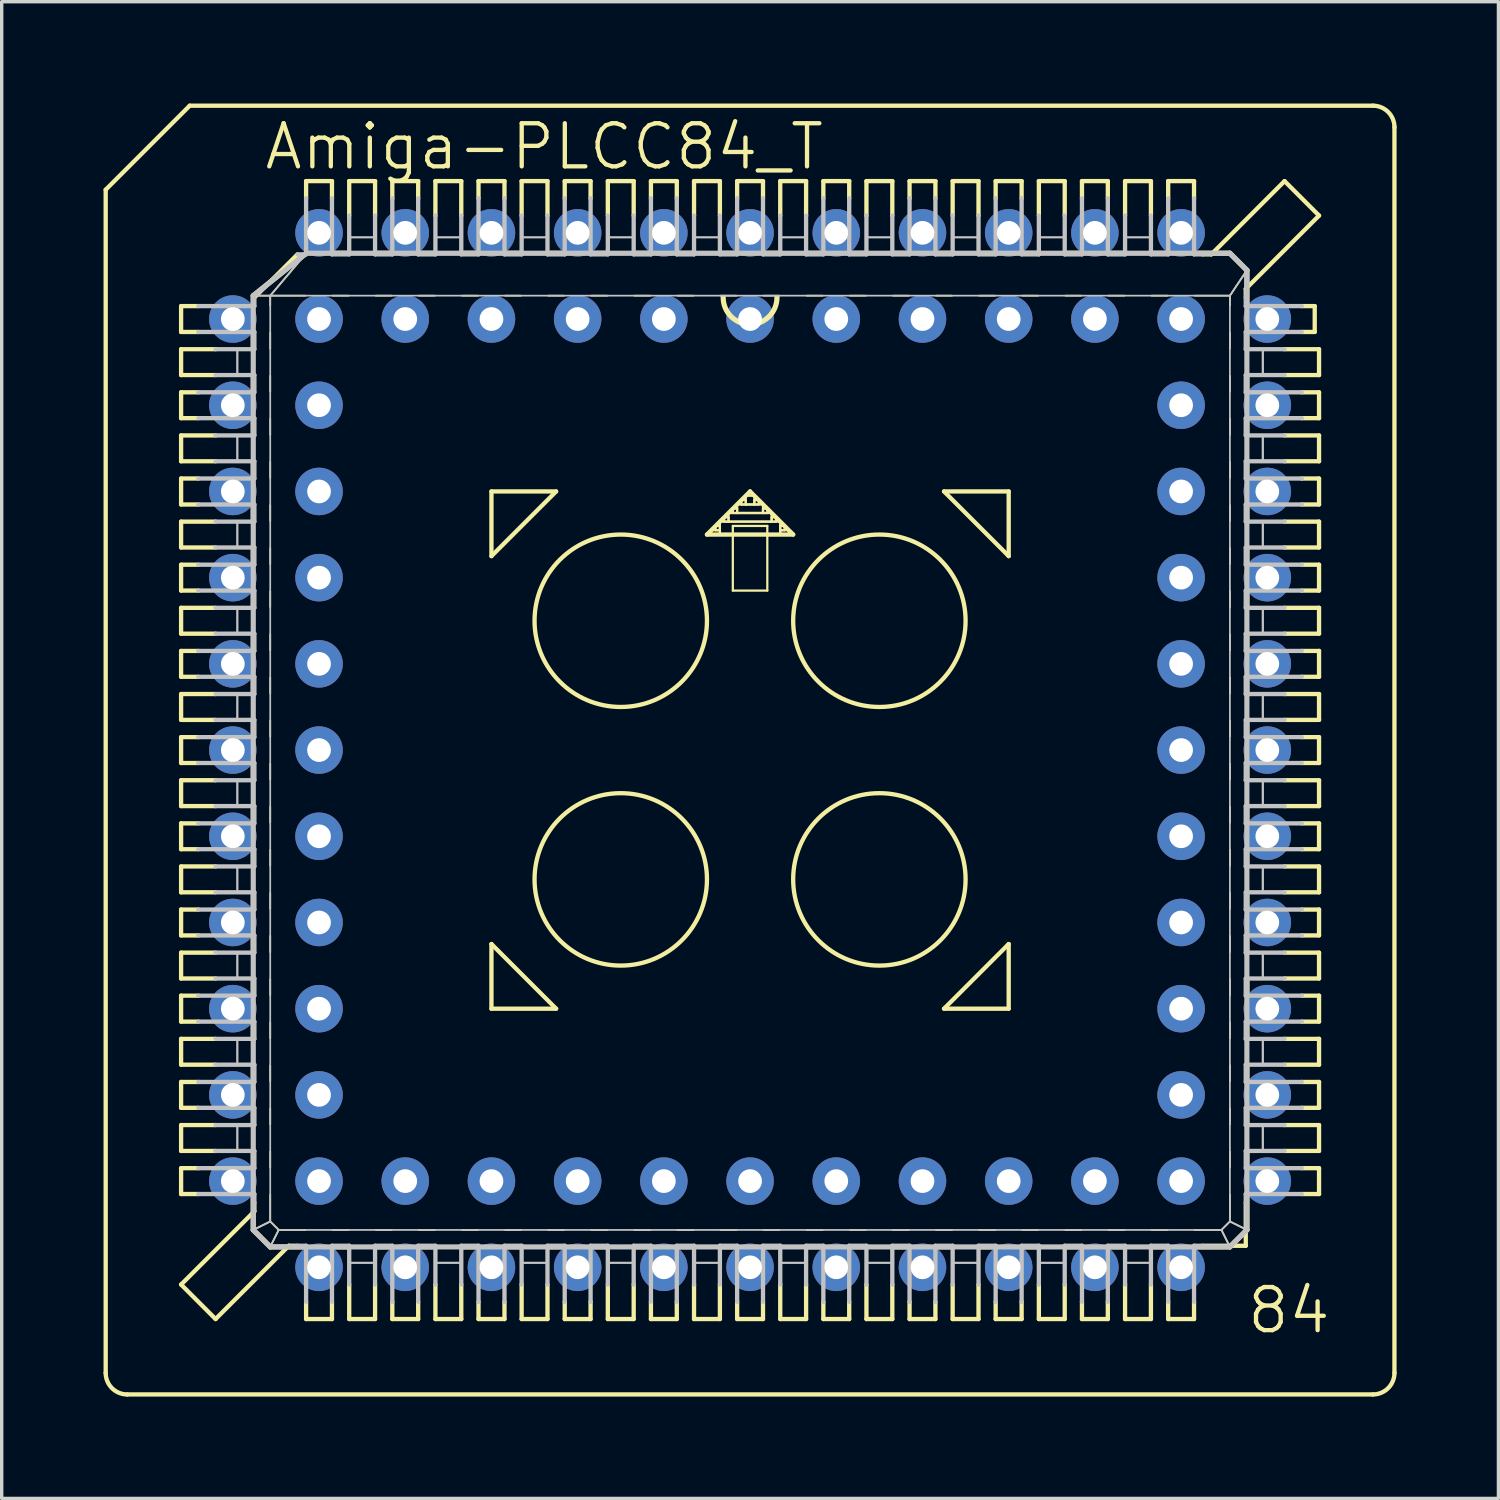
<source format=kicad_pcb>
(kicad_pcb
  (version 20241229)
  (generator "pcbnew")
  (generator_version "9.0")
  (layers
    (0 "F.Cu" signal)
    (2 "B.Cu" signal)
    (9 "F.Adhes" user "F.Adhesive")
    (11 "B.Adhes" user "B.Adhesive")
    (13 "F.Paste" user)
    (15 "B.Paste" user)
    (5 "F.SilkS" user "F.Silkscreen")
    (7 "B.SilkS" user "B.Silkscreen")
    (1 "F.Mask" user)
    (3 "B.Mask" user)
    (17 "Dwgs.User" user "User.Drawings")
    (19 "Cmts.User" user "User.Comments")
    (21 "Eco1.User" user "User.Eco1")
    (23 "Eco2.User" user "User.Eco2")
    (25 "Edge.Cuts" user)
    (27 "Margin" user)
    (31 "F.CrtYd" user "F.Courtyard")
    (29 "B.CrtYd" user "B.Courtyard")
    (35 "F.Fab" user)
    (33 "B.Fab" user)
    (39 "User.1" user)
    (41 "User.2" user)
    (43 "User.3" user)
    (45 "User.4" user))
  (footprint "Amiga-PLCC84_T"
    (layer "F.Cu")
    (at 19.05 19.05)
    (property "Reference" "Amiga-PLCC84_T" (at -6.063 -17.78 0) (layer "F.SilkS") (effects (font (size 1.27 1.27) (thickness 0.127))))
    (attr exclude_from_pos_files exclude_from_bom)
    (fp_line (start -18.986 -16.51) (end -18.986 18.352) (stroke (width 0.127) (type solid)) (layer "F.SilkS"))
    (fp_line (start -16.764 -13.081) (end -16.764 -12.319) (stroke (width 0.127) (type solid)) (layer "F.SilkS"))
    (fp_line (start -16.764 -12.319) (end -16.256 -12.319) (stroke (width 0.127) (type solid)) (layer "F.SilkS"))
    (fp_line (start -16.764 -11.811) (end -16.764 -11.049) (stroke (width 0.127) (type solid)) (layer "F.SilkS"))
    (fp_line (start -16.764 -11.049) (end -15.748 -11.049) (stroke (width 0.127) (type solid)) (layer "F.SilkS"))
    (fp_line (start -16.764 -10.541) (end -16.764 -9.779) (stroke (width 0.127) (type solid)) (layer "F.SilkS"))
    (fp_line (start -16.764 -9.779) (end -16.256 -9.779) (stroke (width 0.127) (type solid)) (layer "F.SilkS"))
    (fp_line (start -16.764 -9.271) (end -16.764 -8.509) (stroke (width 0.127) (type solid)) (layer "F.SilkS"))
    (fp_line (start -16.764 -8.509) (end -15.748 -8.509) (stroke (width 0.127) (type solid)) (layer "F.SilkS"))
    (fp_line (start -16.764 -8.001) (end -16.256 -8.001) (stroke (width 0.127) (type solid)) (layer "F.SilkS"))
    (fp_line (start -16.764 -7.236) (end -16.764 -8.001) (stroke (width 0.127) (type solid)) (layer "F.SilkS"))
    (fp_line (start -16.764 -6.731) (end -16.764 -5.969) (stroke (width 0.127) (type solid)) (layer "F.SilkS"))
    (fp_line (start -16.764 -5.969) (end -15.748 -5.969) (stroke (width 0.127) (type solid)) (layer "F.SilkS"))
    (fp_line (start -16.764 -5.461) (end -16.764 -4.699) (stroke (width 0.127) (type solid)) (layer "F.SilkS"))
    (fp_line (start -16.764 -4.699) (end -16.256 -4.699) (stroke (width 0.127) (type solid)) (layer "F.SilkS"))
    (fp_line (start -16.764 -4.191) (end -16.764 -3.429) (stroke (width 0.127) (type solid)) (layer "F.SilkS"))
    (fp_line (start -16.764 -3.429) (end -15.748 -3.429) (stroke (width 0.127) (type solid)) (layer "F.SilkS"))
    (fp_line (start -16.764 -2.921) (end -16.764 -2.159) (stroke (width 0.127) (type solid)) (layer "F.SilkS"))
    (fp_line (start -16.764 -2.159) (end -16.256 -2.159) (stroke (width 0.127) (type solid)) (layer "F.SilkS"))
    (fp_line (start -16.764 -1.651) (end -15.748 -1.651) (stroke (width 0.127) (type solid)) (layer "F.SilkS"))
    (fp_line (start -16.764 -0.889) (end -16.764 -1.651) (stroke (width 0.127) (type solid)) (layer "F.SilkS"))
    (fp_line (start -16.764 -0.381) (end -16.256 -0.381) (stroke (width 0.127) (type solid)) (layer "F.SilkS"))
    (fp_line (start -16.764 0.381) (end -16.764 -0.381) (stroke (width 0.127) (type solid)) (layer "F.SilkS"))
    (fp_line (start -16.764 0.889) (end -15.748 0.889) (stroke (width 0.127) (type solid)) (layer "F.SilkS"))
    (fp_line (start -16.764 1.651) (end -16.764 0.889) (stroke (width 0.127) (type solid)) (layer "F.SilkS"))
    (fp_line (start -16.764 2.159) (end -16.256 2.159) (stroke (width 0.127) (type solid)) (layer "F.SilkS"))
    (fp_line (start -16.764 2.921) (end -16.764 2.159) (stroke (width 0.127) (type solid)) (layer "F.SilkS"))
    (fp_line (start -16.764 3.429) (end -15.748 3.429) (stroke (width 0.127) (type solid)) (layer "F.SilkS"))
    (fp_line (start -16.764 4.191) (end -16.764 3.429) (stroke (width 0.127) (type solid)) (layer "F.SilkS"))
    (fp_line (start -16.764 4.699) (end -16.256 4.699) (stroke (width 0.127) (type solid)) (layer "F.SilkS"))
    (fp_line (start -16.764 5.461) (end -16.764 4.699) (stroke (width 0.127) (type solid)) (layer "F.SilkS"))
    (fp_line (start -16.764 5.969) (end -16.764 6.731) (stroke (width 0.127) (type solid)) (layer "F.SilkS"))
    (fp_line (start -16.764 6.731) (end -15.748 6.731) (stroke (width 0.127) (type solid)) (layer "F.SilkS"))
    (fp_line (start -16.764 7.236) (end -16.764 8.001) (stroke (width 0.127) (type solid)) (layer "F.SilkS"))
    (fp_line (start -16.764 8.001) (end -16.256 8.001) (stroke (width 0.127) (type solid)) (layer "F.SilkS"))
    (fp_line (start -16.764 8.509) (end -16.764 9.271) (stroke (width 0.127) (type solid)) (layer "F.SilkS"))
    (fp_line (start -16.764 9.271) (end -15.748 9.271) (stroke (width 0.127) (type solid)) (layer "F.SilkS"))
    (fp_line (start -16.764 9.779) (end -16.764 10.541) (stroke (width 0.127) (type solid)) (layer "F.SilkS"))
    (fp_line (start -16.764 10.541) (end -16.256 10.541) (stroke (width 0.127) (type solid)) (layer "F.SilkS"))
    (fp_line (start -16.764 11.049) (end -15.748 11.049) (stroke (width 0.127) (type solid)) (layer "F.SilkS"))
    (fp_line (start -16.764 11.811) (end -16.764 11.049) (stroke (width 0.127) (type solid)) (layer "F.SilkS"))
    (fp_line (start -16.764 12.319) (end -16.256 12.319) (stroke (width 0.127) (type solid)) (layer "F.SilkS"))
    (fp_line (start -16.764 13.081) (end -16.764 12.319) (stroke (width 0.127) (type solid)) (layer "F.SilkS"))
    (fp_line (start -16.764 15.748) (end -14.605 13.589) (stroke (width 0.127) (type solid)) (layer "F.SilkS"))
    (fp_line (start -16.51 -18.986) (end -18.986 -16.51) (stroke (width 0.127) (type solid)) (layer "F.SilkS"))
    (fp_line (start -16.256 -13.081) (end -16.764 -13.081) (stroke (width 0.127) (type solid)) (layer "F.SilkS"))
    (fp_line (start -16.256 -10.541) (end -16.764 -10.541) (stroke (width 0.127) (type solid)) (layer "F.SilkS"))
    (fp_line (start -16.256 -7.236) (end -16.764 -7.236) (stroke (width 0.127) (type solid)) (layer "F.SilkS"))
    (fp_line (start -16.256 -5.461) (end -16.764 -5.461) (stroke (width 0.127) (type solid)) (layer "F.SilkS"))
    (fp_line (start -16.256 -2.921) (end -16.764 -2.921) (stroke (width 0.127) (type solid)) (layer "F.SilkS"))
    (fp_line (start -16.256 0.381) (end -16.764 0.381) (stroke (width 0.127) (type solid)) (layer "F.SilkS"))
    (fp_line (start -16.256 2.921) (end -16.764 2.921) (stroke (width 0.127) (type solid)) (layer "F.SilkS"))
    (fp_line (start -16.256 5.461) (end -16.764 5.461) (stroke (width 0.127) (type solid)) (layer "F.SilkS"))
    (fp_line (start -16.256 7.236) (end -16.764 7.236) (stroke (width 0.127) (type solid)) (layer "F.SilkS"))
    (fp_line (start -16.256 9.779) (end -16.764 9.779) (stroke (width 0.127) (type solid)) (layer "F.SilkS"))
    (fp_line (start -16.256 13.081) (end -16.764 13.081) (stroke (width 0.127) (type solid)) (layer "F.SilkS"))
    (fp_line (start -15.748 -11.811) (end -16.764 -11.811) (stroke (width 0.127) (type solid)) (layer "F.SilkS"))
    (fp_line (start -15.748 -9.271) (end -16.764 -9.271) (stroke (width 0.127) (type solid)) (layer "F.SilkS"))
    (fp_line (start -15.748 -6.731) (end -16.764 -6.731) (stroke (width 0.127) (type solid)) (layer "F.SilkS"))
    (fp_line (start -15.748 -4.191) (end -16.764 -4.191) (stroke (width 0.127) (type solid)) (layer "F.SilkS"))
    (fp_line (start -15.748 -0.889) (end -16.764 -0.889) (stroke (width 0.127) (type solid)) (layer "F.SilkS"))
    (fp_line (start -15.748 1.651) (end -16.764 1.651) (stroke (width 0.127) (type solid)) (layer "F.SilkS"))
    (fp_line (start -15.748 4.191) (end -16.764 4.191) (stroke (width 0.127) (type solid)) (layer "F.SilkS"))
    (fp_line (start -15.748 5.969) (end -16.764 5.969) (stroke (width 0.127) (type solid)) (layer "F.SilkS"))
    (fp_line (start -15.748 8.509) (end -16.764 8.509) (stroke (width 0.127) (type solid)) (layer "F.SilkS"))
    (fp_line (start -15.748 11.811) (end -16.764 11.811) (stroke (width 0.127) (type solid)) (layer "F.SilkS"))
    (fp_line (start -15.748 16.764) (end -16.764 15.748) (stroke (width 0.127) (type solid)) (layer "F.SilkS"))
    (fp_line (start -15.748 16.764) (end -13.589 14.605) (stroke (width 0.127) (type solid)) (layer "F.SilkS"))
    (fp_line (start -14.638 -13.388) (end -14.138 -13.388) (stroke (width 0.051) (type solid)) (layer "F.SilkS"))
    (fp_line (start -14.638 -13.388) (end -13.139 -14.59) (stroke (width 0.152) (type solid)) (layer "F.SilkS"))
    (fp_line (start -14.638 -13.139) (end -14.638 -13.388) (stroke (width 0.152) (type solid)) (layer "F.SilkS"))
    (fp_line (start -14.638 -11.869) (end -14.638 -12.258) (stroke (width 0.152) (type solid)) (layer "F.SilkS"))
    (fp_line (start -14.638 -10.599) (end -14.638 -10.988) (stroke (width 0.152) (type solid)) (layer "F.SilkS"))
    (fp_line (start -14.638 -9.329) (end -14.638 -9.718) (stroke (width 0.152) (type solid)) (layer "F.SilkS"))
    (fp_line (start -14.638 -8.059) (end -14.638 -8.448) (stroke (width 0.152) (type solid)) (layer "F.SilkS"))
    (fp_line (start -14.638 -6.789) (end -14.638 -7.178) (stroke (width 0.152) (type solid)) (layer "F.SilkS"))
    (fp_line (start -14.638 -5.519) (end -14.638 -5.908) (stroke (width 0.152) (type solid)) (layer "F.SilkS"))
    (fp_line (start -14.638 -4.249) (end -14.638 -4.638) (stroke (width 0.152) (type solid)) (layer "F.SilkS"))
    (fp_line (start -14.638 -2.979) (end -14.638 -3.368) (stroke (width 0.152) (type solid)) (layer "F.SilkS"))
    (fp_line (start -14.638 -1.709) (end -14.638 -2.098) (stroke (width 0.152) (type solid)) (layer "F.SilkS"))
    (fp_line (start -14.638 -0.439) (end -14.638 -0.828) (stroke (width 0.152) (type solid)) (layer "F.SilkS"))
    (fp_line (start -14.638 0.828) (end -14.638 0.439) (stroke (width 0.152) (type solid)) (layer "F.SilkS"))
    (fp_line (start -14.638 2.098) (end -14.638 1.709) (stroke (width 0.152) (type solid)) (layer "F.SilkS"))
    (fp_line (start -14.638 3.368) (end -14.638 2.979) (stroke (width 0.152) (type solid)) (layer "F.SilkS"))
    (fp_line (start -14.638 4.638) (end -14.638 4.249) (stroke (width 0.152) (type solid)) (layer "F.SilkS"))
    (fp_line (start -14.638 5.908) (end -14.638 5.519) (stroke (width 0.152) (type solid)) (layer "F.SilkS"))
    (fp_line (start -14.638 7.178) (end -14.638 6.789) (stroke (width 0.152) (type solid)) (layer "F.SilkS"))
    (fp_line (start -14.638 8.448) (end -14.638 8.059) (stroke (width 0.152) (type solid)) (layer "F.SilkS"))
    (fp_line (start -14.638 9.718) (end -14.638 9.329) (stroke (width 0.152) (type solid)) (layer "F.SilkS"))
    (fp_line (start -14.638 10.988) (end -14.638 10.599) (stroke (width 0.152) (type solid)) (layer "F.SilkS"))
    (fp_line (start -14.638 12.258) (end -14.638 11.869) (stroke (width 0.152) (type solid)) (layer "F.SilkS"))
    (fp_line (start -14.638 14.138) (end -14.638 13.139) (stroke (width 0.152) (type solid)) (layer "F.SilkS"))
    (fp_line (start -14.638 14.138) (end -14.138 13.889) (stroke (width 0.051) (type solid)) (layer "F.SilkS"))
    (fp_line (start -14.605 -13.335) (end -13.335 -14.605) (stroke (width 0.127) (type solid)) (layer "F.SilkS"))
    (fp_line (start -14.605 13.589) (end -14.605 13.335) (stroke (width 0.127) (type solid)) (layer "F.SilkS"))
    (fp_line (start -14.138 -13.388) (end -13.099 -14.618) (stroke (width 0.051) (type solid)) (layer "F.SilkS"))
    (fp_line (start -14.138 -13.388) (end -13.099 -13.388) (stroke (width 0.051) (type solid)) (layer "F.SilkS"))
    (fp_line (start -14.138 -13.099) (end -14.138 -13.388) (stroke (width 0.051) (type solid)) (layer "F.SilkS"))
    (fp_line (start -14.138 -11.829) (end -14.138 -12.299) (stroke (width 0.051) (type solid)) (layer "F.SilkS"))
    (fp_line (start -14.138 -10.559) (end -14.138 -11.029) (stroke (width 0.051) (type solid)) (layer "F.SilkS"))
    (fp_line (start -14.138 -9.289) (end -14.138 -9.759) (stroke (width 0.051) (type solid)) (layer "F.SilkS"))
    (fp_line (start -14.138 -8.019) (end -14.138 -8.489) (stroke (width 0.051) (type solid)) (layer "F.SilkS"))
    (fp_line (start -14.138 -6.749) (end -14.138 -7.219) (stroke (width 0.051) (type solid)) (layer "F.SilkS"))
    (fp_line (start -14.138 -5.479) (end -14.138 -5.949) (stroke (width 0.051) (type solid)) (layer "F.SilkS"))
    (fp_line (start -14.138 -4.209) (end -14.138 -4.679) (stroke (width 0.051) (type solid)) (layer "F.SilkS"))
    (fp_line (start -14.138 -2.939) (end -14.138 -3.409) (stroke (width 0.051) (type solid)) (layer "F.SilkS"))
    (fp_line (start -14.138 -1.669) (end -14.138 -2.139) (stroke (width 0.051) (type solid)) (layer "F.SilkS"))
    (fp_line (start -14.138 -0.399) (end -14.138 -0.869) (stroke (width 0.051) (type solid)) (layer "F.SilkS"))
    (fp_line (start -14.138 0.869) (end -14.138 0.399) (stroke (width 0.051) (type solid)) (layer "F.SilkS"))
    (fp_line (start -14.138 2.139) (end -14.138 1.669) (stroke (width 0.051) (type solid)) (layer "F.SilkS"))
    (fp_line (start -14.138 3.409) (end -14.138 2.939) (stroke (width 0.051) (type solid)) (layer "F.SilkS"))
    (fp_line (start -14.138 4.679) (end -14.138 4.209) (stroke (width 0.051) (type solid)) (layer "F.SilkS"))
    (fp_line (start -14.138 5.949) (end -14.138 5.479) (stroke (width 0.051) (type solid)) (layer "F.SilkS"))
    (fp_line (start -14.138 7.219) (end -14.138 6.749) (stroke (width 0.051) (type solid)) (layer "F.SilkS"))
    (fp_line (start -14.138 8.489) (end -14.138 8.019) (stroke (width 0.051) (type solid)) (layer "F.SilkS"))
    (fp_line (start -14.138 9.759) (end -14.138 9.289) (stroke (width 0.051) (type solid)) (layer "F.SilkS"))
    (fp_line (start -14.138 11.029) (end -14.138 10.559) (stroke (width 0.051) (type solid)) (layer "F.SilkS"))
    (fp_line (start -14.138 12.299) (end -14.138 11.829) (stroke (width 0.051) (type solid)) (layer "F.SilkS"))
    (fp_line (start -14.138 13.889) (end -14.138 13.099) (stroke (width 0.051) (type solid)) (layer "F.SilkS"))
    (fp_line (start -14.138 14.638) (end -14.638 14.138) (stroke (width 0.152) (type solid)) (layer "F.SilkS"))
    (fp_line (start -14.138 14.638) (end -13.889 14.138) (stroke (width 0.051) (type solid)) (layer "F.SilkS"))
    (fp_line (start -13.889 14.138) (end -14.138 13.889) (stroke (width 0.051) (type solid)) (layer "F.SilkS"))
    (fp_line (start -13.589 14.605) (end -13.335 14.605) (stroke (width 0.127) (type solid)) (layer "F.SilkS"))
    (fp_line (start -13.139 14.638) (end -14.138 14.638) (stroke (width 0.152) (type solid)) (layer "F.SilkS"))
    (fp_line (start -13.099 14.138) (end -13.889 14.138) (stroke (width 0.051) (type solid)) (layer "F.SilkS"))
    (fp_line (start -13.081 -16.764) (end -13.081 -16.256) (stroke (width 0.127) (type solid)) (layer "F.SilkS"))
    (fp_line (start -13.081 16.256) (end -13.081 16.764) (stroke (width 0.127) (type solid)) (layer "F.SilkS"))
    (fp_line (start -13.081 16.764) (end -12.319 16.764) (stroke (width 0.127) (type solid)) (layer "F.SilkS"))
    (fp_line (start -12.319 -16.764) (end -13.081 -16.764) (stroke (width 0.127) (type solid)) (layer "F.SilkS"))
    (fp_line (start -12.319 -16.256) (end -12.319 -16.764) (stroke (width 0.127) (type solid)) (layer "F.SilkS"))
    (fp_line (start -12.319 16.764) (end -12.319 16.256) (stroke (width 0.127) (type solid)) (layer "F.SilkS"))
    (fp_line (start -12.299 -13.388) (end -11.829 -13.388) (stroke (width 0.051) (type solid)) (layer "F.SilkS"))
    (fp_line (start -12.258 -14.638) (end -11.869 -14.638) (stroke (width 0.152) (type solid)) (layer "F.SilkS"))
    (fp_line (start -11.869 14.638) (end -12.258 14.638) (stroke (width 0.152) (type solid)) (layer "F.SilkS"))
    (fp_line (start -11.829 14.138) (end -12.299 14.138) (stroke (width 0.051) (type solid)) (layer "F.SilkS"))
    (fp_line (start -11.811 -16.764) (end -11.049 -16.764) (stroke (width 0.127) (type solid)) (layer "F.SilkS"))
    (fp_line (start -11.811 -15.748) (end -11.811 -16.764) (stroke (width 0.127) (type solid)) (layer "F.SilkS"))
    (fp_line (start -11.811 15.748) (end -11.811 16.764) (stroke (width 0.127) (type solid)) (layer "F.SilkS"))
    (fp_line (start -11.811 16.764) (end -11.049 16.764) (stroke (width 0.127) (type solid)) (layer "F.SilkS"))
    (fp_line (start -11.049 -16.764) (end -11.049 -15.748) (stroke (width 0.127) (type solid)) (layer "F.SilkS"))
    (fp_line (start -11.049 16.764) (end -11.049 15.748) (stroke (width 0.127) (type solid)) (layer "F.SilkS"))
    (fp_line (start -11.029 -13.388) (end -10.559 -13.388) (stroke (width 0.051) (type solid)) (layer "F.SilkS"))
    (fp_line (start -10.988 -14.638) (end -10.599 -14.638) (stroke (width 0.152) (type solid)) (layer "F.SilkS"))
    (fp_line (start -10.599 14.638) (end -10.988 14.638) (stroke (width 0.152) (type solid)) (layer "F.SilkS"))
    (fp_line (start -10.559 14.138) (end -11.029 14.138) (stroke (width 0.051) (type solid)) (layer "F.SilkS"))
    (fp_line (start -10.541 -16.764) (end -10.541 -16.256) (stroke (width 0.127) (type solid)) (layer "F.SilkS"))
    (fp_line (start -10.541 16.256) (end -10.541 16.764) (stroke (width 0.127) (type solid)) (layer "F.SilkS"))
    (fp_line (start -10.541 16.764) (end -9.779 16.764) (stroke (width 0.127) (type solid)) (layer "F.SilkS"))
    (fp_line (start -9.779 -16.764) (end -10.541 -16.764) (stroke (width 0.127) (type solid)) (layer "F.SilkS"))
    (fp_line (start -9.779 -16.256) (end -9.779 -16.764) (stroke (width 0.127) (type solid)) (layer "F.SilkS"))
    (fp_line (start -9.779 16.764) (end -9.779 16.256) (stroke (width 0.127) (type solid)) (layer "F.SilkS"))
    (fp_line (start -9.759 -13.388) (end -9.289 -13.388) (stroke (width 0.051) (type solid)) (layer "F.SilkS"))
    (fp_line (start -9.718 -14.638) (end -9.329 -14.638) (stroke (width 0.152) (type solid)) (layer "F.SilkS"))
    (fp_line (start -9.329 14.638) (end -9.718 14.638) (stroke (width 0.152) (type solid)) (layer "F.SilkS"))
    (fp_line (start -9.289 14.138) (end -9.759 14.138) (stroke (width 0.051) (type solid)) (layer "F.SilkS"))
    (fp_line (start -9.271 -16.764) (end -9.271 -15.748) (stroke (width 0.127) (type solid)) (layer "F.SilkS"))
    (fp_line (start -9.271 15.748) (end -9.271 16.764) (stroke (width 0.127) (type solid)) (layer "F.SilkS"))
    (fp_line (start -9.271 16.764) (end -8.509 16.764) (stroke (width 0.127) (type solid)) (layer "F.SilkS"))
    (fp_line (start -8.509 -16.764) (end -9.271 -16.764) (stroke (width 0.127) (type solid)) (layer "F.SilkS"))
    (fp_line (start -8.509 -15.748) (end -8.509 -16.764) (stroke (width 0.127) (type solid)) (layer "F.SilkS"))
    (fp_line (start -8.509 16.764) (end -8.509 15.748) (stroke (width 0.127) (type solid)) (layer "F.SilkS"))
    (fp_line (start -8.489 -13.388) (end -8.019 -13.388) (stroke (width 0.051) (type solid)) (layer "F.SilkS"))
    (fp_line (start -8.448 -14.638) (end -8.059 -14.638) (stroke (width 0.152) (type solid)) (layer "F.SilkS"))
    (fp_line (start -8.059 14.638) (end -8.448 14.638) (stroke (width 0.152) (type solid)) (layer "F.SilkS"))
    (fp_line (start -8.019 14.138) (end -8.489 14.138) (stroke (width 0.051) (type solid)) (layer "F.SilkS"))
    (fp_line (start -8.001 -16.764) (end -8.001 -16.256) (stroke (width 0.127) (type solid)) (layer "F.SilkS"))
    (fp_line (start -8.001 16.764) (end -8.001 16.256) (stroke (width 0.127) (type solid)) (layer "F.SilkS"))
    (fp_line (start -7.62 -7.62) (end -5.715 -7.62) (stroke (width 0.127) (type solid)) (layer "F.SilkS"))
    (fp_line (start -7.62 -5.715) (end -7.62 -7.62) (stroke (width 0.127) (type solid)) (layer "F.SilkS"))
    (fp_line (start -7.62 5.715) (end -5.715 7.62) (stroke (width 0.127) (type solid)) (layer "F.SilkS"))
    (fp_line (start -7.62 7.62) (end -7.62 5.715) (stroke (width 0.127) (type solid)) (layer "F.SilkS"))
    (fp_line (start -7.236 -16.764) (end -8.001 -16.764) (stroke (width 0.127) (type solid)) (layer "F.SilkS"))
    (fp_line (start -7.236 -16.256) (end -7.236 -16.764) (stroke (width 0.127) (type solid)) (layer "F.SilkS"))
    (fp_line (start -7.236 16.256) (end -7.236 16.764) (stroke (width 0.127) (type solid)) (layer "F.SilkS"))
    (fp_line (start -7.236 16.764) (end -8.001 16.764) (stroke (width 0.127) (type solid)) (layer "F.SilkS"))
    (fp_line (start -7.219 -13.388) (end -6.749 -13.388) (stroke (width 0.051) (type solid)) (layer "F.SilkS"))
    (fp_line (start -7.178 -14.638) (end -6.789 -14.638) (stroke (width 0.152) (type solid)) (layer "F.SilkS"))
    (fp_line (start -6.789 14.638) (end -7.178 14.638) (stroke (width 0.152) (type solid)) (layer "F.SilkS"))
    (fp_line (start -6.749 14.138) (end -7.219 14.138) (stroke (width 0.051) (type solid)) (layer "F.SilkS"))
    (fp_line (start -6.731 -16.764) (end -6.731 -15.748) (stroke (width 0.127) (type solid)) (layer "F.SilkS"))
    (fp_line (start -6.731 15.748) (end -6.731 16.764) (stroke (width 0.127) (type solid)) (layer "F.SilkS"))
    (fp_line (start -6.731 16.764) (end -5.969 16.764) (stroke (width 0.127) (type solid)) (layer "F.SilkS"))
    (fp_line (start -5.969 -16.764) (end -6.731 -16.764) (stroke (width 0.127) (type solid)) (layer "F.SilkS"))
    (fp_line (start -5.969 -15.748) (end -5.969 -16.764) (stroke (width 0.127) (type solid)) (layer "F.SilkS"))
    (fp_line (start -5.969 16.764) (end -5.969 15.748) (stroke (width 0.127) (type solid)) (layer "F.SilkS"))
    (fp_line (start -5.949 -13.388) (end -5.479 -13.388) (stroke (width 0.051) (type solid)) (layer "F.SilkS"))
    (fp_line (start -5.908 -14.638) (end -5.519 -14.638) (stroke (width 0.152) (type solid)) (layer "F.SilkS"))
    (fp_line (start -5.715 -7.62) (end -7.62 -5.715) (stroke (width 0.127) (type solid)) (layer "F.SilkS"))
    (fp_line (start -5.715 7.62) (end -7.62 7.62) (stroke (width 0.127) (type solid)) (layer "F.SilkS"))
    (fp_line (start -5.519 14.638) (end -5.908 14.638) (stroke (width 0.152) (type solid)) (layer "F.SilkS"))
    (fp_line (start -5.479 14.138) (end -5.949 14.138) (stroke (width 0.051) (type solid)) (layer "F.SilkS"))
    (fp_line (start -5.461 -16.764) (end -5.461 -16.256) (stroke (width 0.127) (type solid)) (layer "F.SilkS"))
    (fp_line (start -5.461 16.256) (end -5.461 16.764) (stroke (width 0.127) (type solid)) (layer "F.SilkS"))
    (fp_line (start -5.461 16.764) (end -4.699 16.764) (stroke (width 0.127) (type solid)) (layer "F.SilkS"))
    (fp_line (start -4.699 -16.764) (end -5.461 -16.764) (stroke (width 0.127) (type solid)) (layer "F.SilkS"))
    (fp_line (start -4.699 -16.256) (end -4.699 -16.764) (stroke (width 0.127) (type solid)) (layer "F.SilkS"))
    (fp_line (start -4.699 16.764) (end -4.699 16.256) (stroke (width 0.127) (type solid)) (layer "F.SilkS"))
    (fp_line (start -4.679 -13.388) (end -4.209 -13.388) (stroke (width 0.051) (type solid)) (layer "F.SilkS"))
    (fp_line (start -4.638 -14.638) (end -4.249 -14.638) (stroke (width 0.152) (type solid)) (layer "F.SilkS"))
    (fp_line (start -4.249 14.638) (end -4.638 14.638) (stroke (width 0.152) (type solid)) (layer "F.SilkS"))
    (fp_line (start -4.209 14.138) (end -4.679 14.138) (stroke (width 0.051) (type solid)) (layer "F.SilkS"))
    (fp_line (start -4.191 -16.764) (end -4.191 -15.748) (stroke (width 0.127) (type solid)) (layer "F.SilkS"))
    (fp_line (start -4.191 15.748) (end -4.191 16.764) (stroke (width 0.127) (type solid)) (layer "F.SilkS"))
    (fp_line (start -4.191 16.764) (end -3.429 16.764) (stroke (width 0.127) (type solid)) (layer "F.SilkS"))
    (fp_line (start -3.429 -16.764) (end -4.191 -16.764) (stroke (width 0.127) (type solid)) (layer "F.SilkS"))
    (fp_line (start -3.429 -15.748) (end -3.429 -16.764) (stroke (width 0.127) (type solid)) (layer "F.SilkS"))
    (fp_line (start -3.429 16.764) (end -3.429 15.748) (stroke (width 0.127) (type solid)) (layer "F.SilkS"))
    (fp_line (start -3.409 -13.388) (end -2.939 -13.388) (stroke (width 0.051) (type solid)) (layer "F.SilkS"))
    (fp_line (start -3.368 -14.638) (end -2.979 -14.638) (stroke (width 0.152) (type solid)) (layer "F.SilkS"))
    (fp_line (start -2.979 14.638) (end -3.368 14.638) (stroke (width 0.152) (type solid)) (layer "F.SilkS"))
    (fp_line (start -2.939 14.138) (end -3.409 14.138) (stroke (width 0.051) (type solid)) (layer "F.SilkS"))
    (fp_line (start -2.921 -16.764) (end -2.921 -16.256) (stroke (width 0.127) (type solid)) (layer "F.SilkS"))
    (fp_line (start -2.921 16.256) (end -2.921 16.764) (stroke (width 0.127) (type solid)) (layer "F.SilkS"))
    (fp_line (start -2.921 16.764) (end -2.159 16.764) (stroke (width 0.127) (type solid)) (layer "F.SilkS"))
    (fp_line (start -2.159 -16.764) (end -2.921 -16.764) (stroke (width 0.127) (type solid)) (layer "F.SilkS"))
    (fp_line (start -2.159 -16.256) (end -2.159 -16.764) (stroke (width 0.127) (type solid)) (layer "F.SilkS"))
    (fp_line (start -2.159 16.764) (end -2.159 16.256) (stroke (width 0.127) (type solid)) (layer "F.SilkS"))
    (fp_line (start -2.139 -13.388) (end -1.669 -13.388) (stroke (width 0.051) (type solid)) (layer "F.SilkS"))
    (fp_line (start -2.098 -14.638) (end -1.709 -14.638) (stroke (width 0.152) (type solid)) (layer "F.SilkS"))
    (fp_line (start -1.709 14.638) (end -2.098 14.638) (stroke (width 0.152) (type solid)) (layer "F.SilkS"))
    (fp_line (start -1.669 14.138) (end -2.139 14.138) (stroke (width 0.051) (type solid)) (layer "F.SilkS"))
    (fp_line (start -1.651 -16.764) (end -1.651 -15.748) (stroke (width 0.127) (type solid)) (layer "F.SilkS"))
    (fp_line (start -1.651 15.748) (end -1.651 16.764) (stroke (width 0.127) (type solid)) (layer "F.SilkS"))
    (fp_line (start -1.651 16.764) (end -0.889 16.764) (stroke (width 0.127) (type solid)) (layer "F.SilkS"))
    (fp_line (start -1.27 -6.35) (end 1.27 -6.35) (stroke (width 0.127) (type solid)) (layer "F.SilkS"))
    (fp_line (start -1.143 -6.477) (end -0.889 -6.477) (stroke (width 0.066) (type solid)) (layer "F.SilkS"))
    (fp_line (start -1.143 -6.35) (end -1.143 -6.477) (stroke (width 0.066) (type solid)) (layer "F.SilkS"))
    (fp_line (start -1.143 -6.35) (end -0.889 -6.35) (stroke (width 0.066) (type solid)) (layer "F.SilkS"))
    (fp_line (start -1.016 -6.604) (end -0.889 -6.604) (stroke (width 0.066) (type solid)) (layer "F.SilkS"))
    (fp_line (start -1.016 -6.477) (end -1.016 -6.604) (stroke (width 0.066) (type solid)) (layer "F.SilkS"))
    (fp_line (start -1.016 -6.477) (end -0.889 -6.477) (stroke (width 0.066) (type solid)) (layer "F.SilkS"))
    (fp_line (start -0.889 -16.764) (end -1.651 -16.764) (stroke (width 0.127) (type solid)) (layer "F.SilkS"))
    (fp_line (start -0.889 -15.748) (end -0.889 -16.764) (stroke (width 0.127) (type solid)) (layer "F.SilkS"))
    (fp_line (start -0.889 -6.731) (end 0.889 -6.731) (stroke (width 0.066) (type solid)) (layer "F.SilkS"))
    (fp_line (start -0.889 -6.477) (end -0.889 -6.604) (stroke (width 0.066) (type solid)) (layer "F.SilkS"))
    (fp_line (start -0.889 -6.35) (end -0.889 -6.731) (stroke (width 0.066) (type solid)) (layer "F.SilkS"))
    (fp_line (start -0.889 -6.35) (end -0.889 -6.477) (stroke (width 0.066) (type solid)) (layer "F.SilkS"))
    (fp_line (start -0.889 -6.35) (end 0.889 -6.35) (stroke (width 0.066) (type solid)) (layer "F.SilkS"))
    (fp_line (start -0.889 16.764) (end -0.889 15.748) (stroke (width 0.127) (type solid)) (layer "F.SilkS"))
    (fp_line (start -0.869 -13.388) (end -0.399 -13.388) (stroke (width 0.051) (type solid)) (layer "F.SilkS"))
    (fp_line (start -0.828 -14.638) (end -0.439 -14.638) (stroke (width 0.152) (type solid)) (layer "F.SilkS"))
    (fp_line (start -0.762 -6.858) (end -0.635 -6.858) (stroke (width 0.066) (type solid)) (layer "F.SilkS"))
    (fp_line (start -0.762 -6.731) (end -0.762 -6.858) (stroke (width 0.066) (type solid)) (layer "F.SilkS"))
    (fp_line (start -0.762 -6.731) (end -0.635 -6.731) (stroke (width 0.066) (type solid)) (layer "F.SilkS"))
    (fp_line (start -0.635 -6.985) (end 0.635 -6.985) (stroke (width 0.066) (type solid)) (layer "F.SilkS"))
    (fp_line (start -0.635 -6.731) (end -0.635 -6.985) (stroke (width 0.066) (type solid)) (layer "F.SilkS"))
    (fp_line (start -0.635 -6.731) (end -0.635 -6.858) (stroke (width 0.066) (type solid)) (layer "F.SilkS"))
    (fp_line (start -0.635 -6.731) (end 0.635 -6.731) (stroke (width 0.066) (type solid)) (layer "F.SilkS"))
    (fp_line (start -0.508 -7.112) (end -0.381 -7.112) (stroke (width 0.066) (type solid)) (layer "F.SilkS"))
    (fp_line (start -0.508 -6.985) (end -0.508 -7.112) (stroke (width 0.066) (type solid)) (layer "F.SilkS"))
    (fp_line (start -0.508 -6.985) (end -0.381 -6.985) (stroke (width 0.066) (type solid)) (layer "F.SilkS"))
    (fp_line (start -0.508 -6.604) (end 0.508 -6.604) (stroke (width 0.066) (type solid)) (layer "F.SilkS"))
    (fp_line (start -0.508 -4.699) (end -0.508 -6.604) (stroke (width 0.066) (type solid)) (layer "F.SilkS"))
    (fp_line (start -0.508 -4.699) (end 0.508 -4.699) (stroke (width 0.066) (type solid)) (layer "F.SilkS"))
    (fp_line (start -0.439 14.638) (end -0.828 14.638) (stroke (width 0.152) (type solid)) (layer "F.SilkS"))
    (fp_line (start -0.399 14.138) (end -0.869 14.138) (stroke (width 0.051) (type solid)) (layer "F.SilkS"))
    (fp_line (start -0.381 -16.764) (end -0.381 -16.256) (stroke (width 0.127) (type solid)) (layer "F.SilkS"))
    (fp_line (start -0.381 -7.236) (end 0.381 -7.236) (stroke (width 0.066) (type solid)) (layer "F.SilkS"))
    (fp_line (start -0.381 -6.985) (end -0.381 -7.236) (stroke (width 0.066) (type solid)) (layer "F.SilkS"))
    (fp_line (start -0.381 -6.985) (end -0.381 -7.112) (stroke (width 0.066) (type solid)) (layer "F.SilkS"))
    (fp_line (start -0.381 -6.985) (end 0.381 -6.985) (stroke (width 0.066) (type solid)) (layer "F.SilkS"))
    (fp_line (start -0.381 16.256) (end -0.381 16.764) (stroke (width 0.127) (type solid)) (layer "F.SilkS"))
    (fp_line (start -0.381 16.764) (end 0.381 16.764) (stroke (width 0.127) (type solid)) (layer "F.SilkS"))
    (fp_line (start -0.254 -7.366) (end -0.127 -7.366) (stroke (width 0.066) (type solid)) (layer "F.SilkS"))
    (fp_line (start -0.254 -7.236) (end -0.254 -7.366) (stroke (width 0.066) (type solid)) (layer "F.SilkS"))
    (fp_line (start -0.254 -7.236) (end -0.127 -7.236) (stroke (width 0.066) (type solid)) (layer "F.SilkS"))
    (fp_line (start -0.127 -7.493) (end 0.127 -7.493) (stroke (width 0.066) (type solid)) (layer "F.SilkS"))
    (fp_line (start -0.127 -7.236) (end -0.127 -7.493) (stroke (width 0.066) (type solid)) (layer "F.SilkS"))
    (fp_line (start -0.127 -7.236) (end -0.127 -7.366) (stroke (width 0.066) (type solid)) (layer "F.SilkS"))
    (fp_line (start -0.127 -7.236) (end 0.127 -7.236) (stroke (width 0.066) (type solid)) (layer "F.SilkS"))
    (fp_line (start 0 -7.62) (end -1.27 -6.35) (stroke (width 0.127) (type solid)) (layer "F.SilkS"))
    (fp_line (start 0.127 -7.366) (end 0.254 -7.366) (stroke (width 0.066) (type solid)) (layer "F.SilkS"))
    (fp_line (start 0.127 -7.236) (end 0.127 -7.493) (stroke (width 0.066) (type solid)) (layer "F.SilkS"))
    (fp_line (start 0.127 -7.236) (end 0.127 -7.366) (stroke (width 0.066) (type solid)) (layer "F.SilkS"))
    (fp_line (start 0.127 -7.236) (end 0.254 -7.236) (stroke (width 0.066) (type solid)) (layer "F.SilkS"))
    (fp_line (start 0.254 -7.236) (end 0.254 -7.366) (stroke (width 0.066) (type solid)) (layer "F.SilkS"))
    (fp_line (start 0.381 -16.764) (end -0.381 -16.764) (stroke (width 0.127) (type solid)) (layer "F.SilkS"))
    (fp_line (start 0.381 -16.256) (end 0.381 -16.764) (stroke (width 0.127) (type solid)) (layer "F.SilkS"))
    (fp_line (start 0.381 -7.112) (end 0.508 -7.112) (stroke (width 0.066) (type solid)) (layer "F.SilkS"))
    (fp_line (start 0.381 -6.985) (end 0.381 -7.236) (stroke (width 0.066) (type solid)) (layer "F.SilkS"))
    (fp_line (start 0.381 -6.985) (end 0.381 -7.112) (stroke (width 0.066) (type solid)) (layer "F.SilkS"))
    (fp_line (start 0.381 -6.985) (end 0.508 -6.985) (stroke (width 0.066) (type solid)) (layer "F.SilkS"))
    (fp_line (start 0.381 16.764) (end 0.381 16.256) (stroke (width 0.127) (type solid)) (layer "F.SilkS"))
    (fp_line (start 0.399 -13.388) (end 0.869 -13.388) (stroke (width 0.051) (type solid)) (layer "F.SilkS"))
    (fp_line (start 0.439 -14.638) (end 0.828 -14.638) (stroke (width 0.152) (type solid)) (layer "F.SilkS"))
    (fp_line (start 0.508 -6.985) (end 0.508 -7.112) (stroke (width 0.066) (type solid)) (layer "F.SilkS"))
    (fp_line (start 0.508 -4.699) (end 0.508 -6.604) (stroke (width 0.066) (type solid)) (layer "F.SilkS"))
    (fp_line (start 0.635 -6.858) (end 0.762 -6.858) (stroke (width 0.066) (type solid)) (layer "F.SilkS"))
    (fp_line (start 0.635 -6.731) (end 0.635 -6.985) (stroke (width 0.066) (type solid)) (layer "F.SilkS"))
    (fp_line (start 0.635 -6.731) (end 0.635 -6.858) (stroke (width 0.066) (type solid)) (layer "F.SilkS"))
    (fp_line (start 0.635 -6.731) (end 0.762 -6.731) (stroke (width 0.066) (type solid)) (layer "F.SilkS"))
    (fp_line (start 0.762 -6.731) (end 0.762 -6.858) (stroke (width 0.066) (type solid)) (layer "F.SilkS"))
    (fp_line (start 0.828 14.638) (end 0.439 14.638) (stroke (width 0.152) (type solid)) (layer "F.SilkS"))
    (fp_line (start 0.869 14.138) (end 0.399 14.138) (stroke (width 0.051) (type solid)) (layer "F.SilkS"))
    (fp_line (start 0.889 -16.764) (end 0.889 -15.748) (stroke (width 0.127) (type solid)) (layer "F.SilkS"))
    (fp_line (start 0.889 -6.604) (end 1.016 -6.604) (stroke (width 0.066) (type solid)) (layer "F.SilkS"))
    (fp_line (start 0.889 -6.477) (end 0.889 -6.604) (stroke (width 0.066) (type solid)) (layer "F.SilkS"))
    (fp_line (start 0.889 -6.477) (end 1.016 -6.477) (stroke (width 0.066) (type solid)) (layer "F.SilkS"))
    (fp_line (start 0.889 -6.477) (end 1.143 -6.477) (stroke (width 0.066) (type solid)) (layer "F.SilkS"))
    (fp_line (start 0.889 -6.35) (end 0.889 -6.731) (stroke (width 0.066) (type solid)) (layer "F.SilkS"))
    (fp_line (start 0.889 -6.35) (end 0.889 -6.477) (stroke (width 0.066) (type solid)) (layer "F.SilkS"))
    (fp_line (start 0.889 -6.35) (end 1.143 -6.35) (stroke (width 0.066) (type solid)) (layer "F.SilkS"))
    (fp_line (start 0.889 15.748) (end 0.889 16.764) (stroke (width 0.127) (type solid)) (layer "F.SilkS"))
    (fp_line (start 0.889 16.764) (end 1.651 16.764) (stroke (width 0.127) (type solid)) (layer "F.SilkS"))
    (fp_line (start 1.016 -6.477) (end 1.016 -6.604) (stroke (width 0.066) (type solid)) (layer "F.SilkS"))
    (fp_line (start 1.143 -6.35) (end 1.143 -6.477) (stroke (width 0.066) (type solid)) (layer "F.SilkS"))
    (fp_line (start 1.27 -6.35) (end 0 -7.62) (stroke (width 0.127) (type solid)) (layer "F.SilkS"))
    (fp_line (start 1.651 -16.764) (end 0.889 -16.764) (stroke (width 0.127) (type solid)) (layer "F.SilkS"))
    (fp_line (start 1.651 -15.748) (end 1.651 -16.764) (stroke (width 0.127) (type solid)) (layer "F.SilkS"))
    (fp_line (start 1.651 16.764) (end 1.651 15.748) (stroke (width 0.127) (type solid)) (layer "F.SilkS"))
    (fp_line (start 1.669 -13.388) (end 2.139 -13.388) (stroke (width 0.051) (type solid)) (layer "F.SilkS"))
    (fp_line (start 1.709 -14.638) (end 2.098 -14.638) (stroke (width 0.152) (type solid)) (layer "F.SilkS"))
    (fp_line (start 2.098 14.638) (end 1.709 14.638) (stroke (width 0.152) (type solid)) (layer "F.SilkS"))
    (fp_line (start 2.139 14.138) (end 1.669 14.138) (stroke (width 0.051) (type solid)) (layer "F.SilkS"))
    (fp_line (start 2.159 -16.764) (end 2.159 -16.256) (stroke (width 0.127) (type solid)) (layer "F.SilkS"))
    (fp_line (start 2.159 16.256) (end 2.159 16.764) (stroke (width 0.127) (type solid)) (layer "F.SilkS"))
    (fp_line (start 2.159 16.764) (end 2.921 16.764) (stroke (width 0.127) (type solid)) (layer "F.SilkS"))
    (fp_line (start 2.921 -16.764) (end 2.159 -16.764) (stroke (width 0.127) (type solid)) (layer "F.SilkS"))
    (fp_line (start 2.921 -16.256) (end 2.921 -16.764) (stroke (width 0.127) (type solid)) (layer "F.SilkS"))
    (fp_line (start 2.921 16.764) (end 2.921 16.256) (stroke (width 0.127) (type solid)) (layer "F.SilkS"))
    (fp_line (start 2.939 -13.388) (end 3.409 -13.388) (stroke (width 0.051) (type solid)) (layer "F.SilkS"))
    (fp_line (start 2.979 -14.638) (end 3.368 -14.638) (stroke (width 0.152) (type solid)) (layer "F.SilkS"))
    (fp_line (start 3.368 14.638) (end 2.979 14.638) (stroke (width 0.152) (type solid)) (layer "F.SilkS"))
    (fp_line (start 3.409 14.138) (end 2.939 14.138) (stroke (width 0.051) (type solid)) (layer "F.SilkS"))
    (fp_line (start 3.429 -16.764) (end 3.429 -15.748) (stroke (width 0.127) (type solid)) (layer "F.SilkS"))
    (fp_line (start 3.429 15.748) (end 3.429 16.764) (stroke (width 0.127) (type solid)) (layer "F.SilkS"))
    (fp_line (start 3.429 16.764) (end 4.191 16.764) (stroke (width 0.127) (type solid)) (layer "F.SilkS"))
    (fp_line (start 4.191 -16.764) (end 3.429 -16.764) (stroke (width 0.127) (type solid)) (layer "F.SilkS"))
    (fp_line (start 4.191 -15.748) (end 4.191 -16.764) (stroke (width 0.127) (type solid)) (layer "F.SilkS"))
    (fp_line (start 4.191 16.764) (end 4.191 15.748) (stroke (width 0.127) (type solid)) (layer "F.SilkS"))
    (fp_line (start 4.209 -13.388) (end 4.679 -13.388) (stroke (width 0.051) (type solid)) (layer "F.SilkS"))
    (fp_line (start 4.249 -14.638) (end 4.638 -14.638) (stroke (width 0.152) (type solid)) (layer "F.SilkS"))
    (fp_line (start 4.638 14.638) (end 4.249 14.638) (stroke (width 0.152) (type solid)) (layer "F.SilkS"))
    (fp_line (start 4.679 14.138) (end 4.209 14.138) (stroke (width 0.051) (type solid)) (layer "F.SilkS"))
    (fp_line (start 4.699 -16.764) (end 4.699 -16.256) (stroke (width 0.127) (type solid)) (layer "F.SilkS"))
    (fp_line (start 4.699 16.256) (end 4.699 16.764) (stroke (width 0.127) (type solid)) (layer "F.SilkS"))
    (fp_line (start 4.699 16.764) (end 5.461 16.764) (stroke (width 0.127) (type solid)) (layer "F.SilkS"))
    (fp_line (start 5.461 -16.764) (end 4.699 -16.764) (stroke (width 0.127) (type solid)) (layer "F.SilkS"))
    (fp_line (start 5.461 -16.256) (end 5.461 -16.764) (stroke (width 0.127) (type solid)) (layer "F.SilkS"))
    (fp_line (start 5.461 16.764) (end 5.461 16.256) (stroke (width 0.127) (type solid)) (layer "F.SilkS"))
    (fp_line (start 5.479 -13.388) (end 5.949 -13.388) (stroke (width 0.051) (type solid)) (layer "F.SilkS"))
    (fp_line (start 5.519 -14.638) (end 5.908 -14.638) (stroke (width 0.152) (type solid)) (layer "F.SilkS"))
    (fp_line (start 5.715 -7.62) (end 7.62 -5.715) (stroke (width 0.127) (type solid)) (layer "F.SilkS"))
    (fp_line (start 5.715 7.62) (end 7.62 7.62) (stroke (width 0.127) (type solid)) (layer "F.SilkS"))
    (fp_line (start 5.908 14.638) (end 5.519 14.638) (stroke (width 0.152) (type solid)) (layer "F.SilkS"))
    (fp_line (start 5.949 14.138) (end 5.479 14.138) (stroke (width 0.051) (type solid)) (layer "F.SilkS"))
    (fp_line (start 5.969 -16.764) (end 5.969 -15.748) (stroke (width 0.127) (type solid)) (layer "F.SilkS"))
    (fp_line (start 5.969 15.748) (end 5.969 16.764) (stroke (width 0.127) (type solid)) (layer "F.SilkS"))
    (fp_line (start 5.969 16.764) (end 6.731 16.764) (stroke (width 0.127) (type solid)) (layer "F.SilkS"))
    (fp_line (start 6.731 -16.764) (end 5.969 -16.764) (stroke (width 0.127) (type solid)) (layer "F.SilkS"))
    (fp_line (start 6.731 -15.748) (end 6.731 -16.764) (stroke (width 0.127) (type solid)) (layer "F.SilkS"))
    (fp_line (start 6.731 16.764) (end 6.731 15.748) (stroke (width 0.127) (type solid)) (layer "F.SilkS"))
    (fp_line (start 6.749 -13.388) (end 7.219 -13.388) (stroke (width 0.051) (type solid)) (layer "F.SilkS"))
    (fp_line (start 6.789 -14.638) (end 7.178 -14.638) (stroke (width 0.152) (type solid)) (layer "F.SilkS"))
    (fp_line (start 7.178 14.638) (end 6.789 14.638) (stroke (width 0.152) (type solid)) (layer "F.SilkS"))
    (fp_line (start 7.219 14.138) (end 6.749 14.138) (stroke (width 0.051) (type solid)) (layer "F.SilkS"))
    (fp_line (start 7.236 -16.764) (end 8.001 -16.764) (stroke (width 0.127) (type solid)) (layer "F.SilkS"))
    (fp_line (start 7.236 -16.256) (end 7.236 -16.764) (stroke (width 0.127) (type solid)) (layer "F.SilkS"))
    (fp_line (start 7.236 16.256) (end 7.236 16.764) (stroke (width 0.127) (type solid)) (layer "F.SilkS"))
    (fp_line (start 7.236 16.764) (end 8.001 16.764) (stroke (width 0.127) (type solid)) (layer "F.SilkS"))
    (fp_line (start 7.62 -7.62) (end 5.715 -7.62) (stroke (width 0.127) (type solid)) (layer "F.SilkS"))
    (fp_line (start 7.62 -5.715) (end 7.62 -7.62) (stroke (width 0.127) (type solid)) (layer "F.SilkS"))
    (fp_line (start 7.62 5.715) (end 5.715 7.62) (stroke (width 0.127) (type solid)) (layer "F.SilkS"))
    (fp_line (start 7.62 7.62) (end 7.62 5.715) (stroke (width 0.127) (type solid)) (layer "F.SilkS"))
    (fp_line (start 8.001 -16.764) (end 8.001 -16.256) (stroke (width 0.127) (type solid)) (layer "F.SilkS"))
    (fp_line (start 8.001 16.764) (end 8.001 16.256) (stroke (width 0.127) (type solid)) (layer "F.SilkS"))
    (fp_line (start 8.019 -13.388) (end 8.489 -13.388) (stroke (width 0.051) (type solid)) (layer "F.SilkS"))
    (fp_line (start 8.059 -14.638) (end 8.448 -14.638) (stroke (width 0.152) (type solid)) (layer "F.SilkS"))
    (fp_line (start 8.448 14.638) (end 8.059 14.638) (stroke (width 0.152) (type solid)) (layer "F.SilkS"))
    (fp_line (start 8.489 14.138) (end 8.019 14.138) (stroke (width 0.051) (type solid)) (layer "F.SilkS"))
    (fp_line (start 8.509 -16.764) (end 8.509 -15.748) (stroke (width 0.127) (type solid)) (layer "F.SilkS"))
    (fp_line (start 8.509 15.748) (end 8.509 16.764) (stroke (width 0.127) (type solid)) (layer "F.SilkS"))
    (fp_line (start 8.509 16.764) (end 9.271 16.764) (stroke (width 0.127) (type solid)) (layer "F.SilkS"))
    (fp_line (start 9.271 -16.764) (end 8.509 -16.764) (stroke (width 0.127) (type solid)) (layer "F.SilkS"))
    (fp_line (start 9.271 -15.748) (end 9.271 -16.764) (stroke (width 0.127) (type solid)) (layer "F.SilkS"))
    (fp_line (start 9.271 16.764) (end 9.271 15.748) (stroke (width 0.127) (type solid)) (layer "F.SilkS"))
    (fp_line (start 9.289 -13.388) (end 9.759 -13.388) (stroke (width 0.051) (type solid)) (layer "F.SilkS"))
    (fp_line (start 9.329 -14.638) (end 9.718 -14.638) (stroke (width 0.152) (type solid)) (layer "F.SilkS"))
    (fp_line (start 9.718 14.638) (end 9.329 14.638) (stroke (width 0.152) (type solid)) (layer "F.SilkS"))
    (fp_line (start 9.759 14.138) (end 9.289 14.138) (stroke (width 0.051) (type solid)) (layer "F.SilkS"))
    (fp_line (start 9.779 -16.764) (end 9.779 -16.256) (stroke (width 0.127) (type solid)) (layer "F.SilkS"))
    (fp_line (start 9.779 16.256) (end 9.779 16.764) (stroke (width 0.127) (type solid)) (layer "F.SilkS"))
    (fp_line (start 9.779 16.764) (end 10.541 16.764) (stroke (width 0.127) (type solid)) (layer "F.SilkS"))
    (fp_line (start 10.541 -16.764) (end 9.779 -16.764) (stroke (width 0.127) (type solid)) (layer "F.SilkS"))
    (fp_line (start 10.541 -16.256) (end 10.541 -16.764) (stroke (width 0.127) (type solid)) (layer "F.SilkS"))
    (fp_line (start 10.541 16.764) (end 10.541 16.256) (stroke (width 0.127) (type solid)) (layer "F.SilkS"))
    (fp_line (start 10.559 -13.388) (end 11.029 -13.388) (stroke (width 0.051) (type solid)) (layer "F.SilkS"))
    (fp_line (start 10.599 -14.638) (end 10.988 -14.638) (stroke (width 0.152) (type solid)) (layer "F.SilkS"))
    (fp_line (start 10.988 14.638) (end 10.599 14.638) (stroke (width 0.152) (type solid)) (layer "F.SilkS"))
    (fp_line (start 11.029 14.138) (end 10.559 14.138) (stroke (width 0.051) (type solid)) (layer "F.SilkS"))
    (fp_line (start 11.049 -16.764) (end 11.049 -15.748) (stroke (width 0.127) (type solid)) (layer "F.SilkS"))
    (fp_line (start 11.049 16.764) (end 11.049 15.748) (stroke (width 0.127) (type solid)) (layer "F.SilkS"))
    (fp_line (start 11.811 -16.764) (end 11.049 -16.764) (stroke (width 0.127) (type solid)) (layer "F.SilkS"))
    (fp_line (start 11.811 -15.748) (end 11.811 -16.764) (stroke (width 0.127) (type solid)) (layer "F.SilkS"))
    (fp_line (start 11.811 15.748) (end 11.811 16.764) (stroke (width 0.127) (type solid)) (layer "F.SilkS"))
    (fp_line (start 11.811 16.764) (end 11.049 16.764) (stroke (width 0.127) (type solid)) (layer "F.SilkS"))
    (fp_line (start 11.829 -13.388) (end 12.299 -13.388) (stroke (width 0.051) (type solid)) (layer "F.SilkS"))
    (fp_line (start 11.869 -14.638) (end 12.258 -14.638) (stroke (width 0.152) (type solid)) (layer "F.SilkS"))
    (fp_line (start 12.258 14.638) (end 11.869 14.638) (stroke (width 0.152) (type solid)) (layer "F.SilkS"))
    (fp_line (start 12.299 14.138) (end 11.829 14.138) (stroke (width 0.051) (type solid)) (layer "F.SilkS"))
    (fp_line (start 12.319 -16.764) (end 12.319 -16.256) (stroke (width 0.127) (type solid)) (layer "F.SilkS"))
    (fp_line (start 12.319 16.256) (end 12.319 16.764) (stroke (width 0.127) (type solid)) (layer "F.SilkS"))
    (fp_line (start 12.319 16.764) (end 13.081 16.764) (stroke (width 0.127) (type solid)) (layer "F.SilkS"))
    (fp_line (start 13.081 -16.764) (end 12.319 -16.764) (stroke (width 0.127) (type solid)) (layer "F.SilkS"))
    (fp_line (start 13.081 -16.256) (end 13.081 -16.764) (stroke (width 0.127) (type solid)) (layer "F.SilkS"))
    (fp_line (start 13.081 16.764) (end 13.081 16.256) (stroke (width 0.127) (type solid)) (layer "F.SilkS"))
    (fp_line (start 13.099 -13.388) (end 14.138 -13.388) (stroke (width 0.051) (type solid)) (layer "F.SilkS"))
    (fp_line (start 13.139 -14.638) (end 14.138 -14.638) (stroke (width 0.152) (type solid)) (layer "F.SilkS"))
    (fp_line (start 13.335 14.605) (end 14.605 14.605) (stroke (width 0.127) (type solid)) (layer "F.SilkS"))
    (fp_line (start 13.589 -14.605) (end 13.335 -14.605) (stroke (width 0.127) (type solid)) (layer "F.SilkS"))
    (fp_line (start 13.889 14.138) (end 13.099 14.138) (stroke (width 0.051) (type solid)) (layer "F.SilkS"))
    (fp_line (start 13.889 14.138) (end 14.138 14.638) (stroke (width 0.051) (type solid)) (layer "F.SilkS"))
    (fp_line (start 14.138 -14.638) (end 14.638 -14.138) (stroke (width 0.152) (type solid)) (layer "F.SilkS"))
    (fp_line (start 14.138 -13.388) (end 14.138 -13.099) (stroke (width 0.051) (type solid)) (layer "F.SilkS"))
    (fp_line (start 14.138 -12.299) (end 14.138 -11.829) (stroke (width 0.051) (type solid)) (layer "F.SilkS"))
    (fp_line (start 14.138 -11.029) (end 14.138 -10.559) (stroke (width 0.051) (type solid)) (layer "F.SilkS"))
    (fp_line (start 14.138 -9.759) (end 14.138 -9.289) (stroke (width 0.051) (type solid)) (layer "F.SilkS"))
    (fp_line (start 14.138 -8.489) (end 14.138 -8.019) (stroke (width 0.051) (type solid)) (layer "F.SilkS"))
    (fp_line (start 14.138 -7.219) (end 14.138 -6.749) (stroke (width 0.051) (type solid)) (layer "F.SilkS"))
    (fp_line (start 14.138 -5.949) (end 14.138 -5.479) (stroke (width 0.051) (type solid)) (layer "F.SilkS"))
    (fp_line (start 14.138 -4.679) (end 14.138 -4.209) (stroke (width 0.051) (type solid)) (layer "F.SilkS"))
    (fp_line (start 14.138 -3.409) (end 14.138 -2.939) (stroke (width 0.051) (type solid)) (layer "F.SilkS"))
    (fp_line (start 14.138 -2.139) (end 14.138 -1.669) (stroke (width 0.051) (type solid)) (layer "F.SilkS"))
    (fp_line (start 14.138 -0.869) (end 14.138 -0.399) (stroke (width 0.051) (type solid)) (layer "F.SilkS"))
    (fp_line (start 14.138 0.399) (end 14.138 0.869) (stroke (width 0.051) (type solid)) (layer "F.SilkS"))
    (fp_line (start 14.138 1.669) (end 14.138 2.139) (stroke (width 0.051) (type solid)) (layer "F.SilkS"))
    (fp_line (start 14.138 2.939) (end 14.138 3.409) (stroke (width 0.051) (type solid)) (layer "F.SilkS"))
    (fp_line (start 14.138 4.209) (end 14.138 4.679) (stroke (width 0.051) (type solid)) (layer "F.SilkS"))
    (fp_line (start 14.138 5.479) (end 14.138 5.949) (stroke (width 0.051) (type solid)) (layer "F.SilkS"))
    (fp_line (start 14.138 6.749) (end 14.138 7.219) (stroke (width 0.051) (type solid)) (layer "F.SilkS"))
    (fp_line (start 14.138 8.019) (end 14.138 8.489) (stroke (width 0.051) (type solid)) (layer "F.SilkS"))
    (fp_line (start 14.138 9.289) (end 14.138 9.759) (stroke (width 0.051) (type solid)) (layer "F.SilkS"))
    (fp_line (start 14.138 10.559) (end 14.138 11.029) (stroke (width 0.051) (type solid)) (layer "F.SilkS"))
    (fp_line (start 14.138 11.829) (end 14.138 12.299) (stroke (width 0.051) (type solid)) (layer "F.SilkS"))
    (fp_line (start 14.138 13.099) (end 14.138 13.889) (stroke (width 0.051) (type solid)) (layer "F.SilkS"))
    (fp_line (start 14.138 13.889) (end 13.889 14.138) (stroke (width 0.051) (type solid)) (layer "F.SilkS"))
    (fp_line (start 14.138 13.889) (end 14.638 14.138) (stroke (width 0.051) (type solid)) (layer "F.SilkS"))
    (fp_line (start 14.138 14.638) (end 13.139 14.638) (stroke (width 0.152) (type solid)) (layer "F.SilkS"))
    (fp_line (start 14.605 -13.589) (end 14.605 -13.335) (stroke (width 0.127) (type solid)) (layer "F.SilkS"))
    (fp_line (start 14.605 14.605) (end 14.605 13.335) (stroke (width 0.127) (type solid)) (layer "F.SilkS"))
    (fp_line (start 14.638 -14.138) (end 14.138 -13.388) (stroke (width 0.051) (type solid)) (layer "F.SilkS"))
    (fp_line (start 14.638 -14.138) (end 14.638 -13.139) (stroke (width 0.152) (type solid)) (layer "F.SilkS"))
    (fp_line (start 14.638 -12.258) (end 14.638 -11.869) (stroke (width 0.152) (type solid)) (layer "F.SilkS"))
    (fp_line (start 14.638 -10.988) (end 14.638 -10.599) (stroke (width 0.152) (type solid)) (layer "F.SilkS"))
    (fp_line (start 14.638 -9.718) (end 14.638 -9.329) (stroke (width 0.152) (type solid)) (layer "F.SilkS"))
    (fp_line (start 14.638 -8.448) (end 14.638 -8.059) (stroke (width 0.152) (type solid)) (layer "F.SilkS"))
    (fp_line (start 14.638 -7.178) (end 14.638 -6.789) (stroke (width 0.152) (type solid)) (layer "F.SilkS"))
    (fp_line (start 14.638 -5.908) (end 14.638 -5.519) (stroke (width 0.152) (type solid)) (layer "F.SilkS"))
    (fp_line (start 14.638 -4.638) (end 14.638 -4.249) (stroke (width 0.152) (type solid)) (layer "F.SilkS"))
    (fp_line (start 14.638 -3.368) (end 14.638 -2.979) (stroke (width 0.152) (type solid)) (layer "F.SilkS"))
    (fp_line (start 14.638 -2.098) (end 14.638 -1.709) (stroke (width 0.152) (type solid)) (layer "F.SilkS"))
    (fp_line (start 14.638 -0.828) (end 14.638 -0.439) (stroke (width 0.152) (type solid)) (layer "F.SilkS"))
    (fp_line (start 14.638 0.439) (end 14.638 0.828) (stroke (width 0.152) (type solid)) (layer "F.SilkS"))
    (fp_line (start 14.638 1.709) (end 14.638 2.098) (stroke (width 0.152) (type solid)) (layer "F.SilkS"))
    (fp_line (start 14.638 2.979) (end 14.638 3.368) (stroke (width 0.152) (type solid)) (layer "F.SilkS"))
    (fp_line (start 14.638 4.249) (end 14.638 4.638) (stroke (width 0.152) (type solid)) (layer "F.SilkS"))
    (fp_line (start 14.638 5.519) (end 14.638 5.908) (stroke (width 0.152) (type solid)) (layer "F.SilkS"))
    (fp_line (start 14.638 6.789) (end 14.638 7.178) (stroke (width 0.152) (type solid)) (layer "F.SilkS"))
    (fp_line (start 14.638 8.059) (end 14.638 8.448) (stroke (width 0.152) (type solid)) (layer "F.SilkS"))
    (fp_line (start 14.638 9.329) (end 14.638 9.718) (stroke (width 0.152) (type solid)) (layer "F.SilkS"))
    (fp_line (start 14.638 10.599) (end 14.638 10.988) (stroke (width 0.152) (type solid)) (layer "F.SilkS"))
    (fp_line (start 14.638 11.869) (end 14.638 12.258) (stroke (width 0.152) (type solid)) (layer "F.SilkS"))
    (fp_line (start 14.638 13.139) (end 14.638 14.138) (stroke (width 0.152) (type solid)) (layer "F.SilkS"))
    (fp_line (start 14.638 14.138) (end 14.138 14.638) (stroke (width 0.152) (type solid)) (layer "F.SilkS"))
    (fp_line (start 15.748 -16.764) (end 13.589 -14.605) (stroke (width 0.127) (type solid)) (layer "F.SilkS"))
    (fp_line (start 15.748 -11.811) (end 16.764 -11.811) (stroke (width 0.127) (type solid)) (layer "F.SilkS"))
    (fp_line (start 15.748 -8.509) (end 16.764 -8.509) (stroke (width 0.127) (type solid)) (layer "F.SilkS"))
    (fp_line (start 15.748 -5.969) (end 16.764 -5.969) (stroke (width 0.127) (type solid)) (layer "F.SilkS"))
    (fp_line (start 15.748 -4.191) (end 16.764 -4.191) (stroke (width 0.127) (type solid)) (layer "F.SilkS"))
    (fp_line (start 15.748 -1.651) (end 16.764 -1.651) (stroke (width 0.127) (type solid)) (layer "F.SilkS"))
    (fp_line (start 15.748 0.889) (end 16.764 0.889) (stroke (width 0.127) (type solid)) (layer "F.SilkS"))
    (fp_line (start 15.748 4.191) (end 16.764 4.191) (stroke (width 0.127) (type solid)) (layer "F.SilkS"))
    (fp_line (start 15.748 6.731) (end 16.764 6.731) (stroke (width 0.127) (type solid)) (layer "F.SilkS"))
    (fp_line (start 15.748 9.271) (end 16.764 9.271) (stroke (width 0.127) (type solid)) (layer "F.SilkS"))
    (fp_line (start 15.748 11.811) (end 16.764 11.811) (stroke (width 0.127) (type solid)) (layer "F.SilkS"))
    (fp_line (start 16.256 -13.081) (end 16.637 -13.081) (stroke (width 0.127) (type solid)) (layer "F.SilkS"))
    (fp_line (start 16.256 -9.779) (end 16.764 -9.779) (stroke (width 0.127) (type solid)) (layer "F.SilkS"))
    (fp_line (start 16.256 -7.236) (end 16.764 -7.236) (stroke (width 0.127) (type solid)) (layer "F.SilkS"))
    (fp_line (start 16.256 -5.461) (end 16.764 -5.461) (stroke (width 0.127) (type solid)) (layer "F.SilkS"))
    (fp_line (start 16.256 -2.921) (end 16.764 -2.921) (stroke (width 0.127) (type solid)) (layer "F.SilkS"))
    (fp_line (start 16.256 -0.381) (end 16.764 -0.381) (stroke (width 0.127) (type solid)) (layer "F.SilkS"))
    (fp_line (start 16.256 2.921) (end 16.764 2.921) (stroke (width 0.127) (type solid)) (layer "F.SilkS"))
    (fp_line (start 16.256 5.461) (end 16.764 5.461) (stroke (width 0.127) (type solid)) (layer "F.SilkS"))
    (fp_line (start 16.256 7.236) (end 16.764 7.236) (stroke (width 0.127) (type solid)) (layer "F.SilkS"))
    (fp_line (start 16.256 10.541) (end 16.764 10.541) (stroke (width 0.127) (type solid)) (layer "F.SilkS"))
    (fp_line (start 16.256 13.081) (end 16.764 13.081) (stroke (width 0.127) (type solid)) (layer "F.SilkS"))
    (fp_line (start 16.637 -13.081) (end 16.637 -12.319) (stroke (width 0.127) (type solid)) (layer "F.SilkS"))
    (fp_line (start 16.637 -12.319) (end 16.256 -12.319) (stroke (width 0.127) (type solid)) (layer "F.SilkS"))
    (fp_line (start 16.764 -15.748) (end 14.605 -13.589) (stroke (width 0.127) (type solid)) (layer "F.SilkS"))
    (fp_line (start 16.764 -15.748) (end 15.748 -16.764) (stroke (width 0.127) (type solid)) (layer "F.SilkS"))
    (fp_line (start 16.764 -11.811) (end 16.764 -11.049) (stroke (width 0.127) (type solid)) (layer "F.SilkS"))
    (fp_line (start 16.764 -11.049) (end 15.748 -11.049) (stroke (width 0.127) (type solid)) (layer "F.SilkS"))
    (fp_line (start 16.764 -10.541) (end 16.256 -10.541) (stroke (width 0.127) (type solid)) (layer "F.SilkS"))
    (fp_line (start 16.764 -9.779) (end 16.764 -10.541) (stroke (width 0.127) (type solid)) (layer "F.SilkS"))
    (fp_line (start 16.764 -9.271) (end 15.748 -9.271) (stroke (width 0.127) (type solid)) (layer "F.SilkS"))
    (fp_line (start 16.764 -8.509) (end 16.764 -9.271) (stroke (width 0.127) (type solid)) (layer "F.SilkS"))
    (fp_line (start 16.764 -8.001) (end 16.256 -8.001) (stroke (width 0.127) (type solid)) (layer "F.SilkS"))
    (fp_line (start 16.764 -7.236) (end 16.764 -8.001) (stroke (width 0.127) (type solid)) (layer "F.SilkS"))
    (fp_line (start 16.764 -6.731) (end 15.748 -6.731) (stroke (width 0.127) (type solid)) (layer "F.SilkS"))
    (fp_line (start 16.764 -5.969) (end 16.764 -6.731) (stroke (width 0.127) (type solid)) (layer "F.SilkS"))
    (fp_line (start 16.764 -5.461) (end 16.764 -4.699) (stroke (width 0.127) (type solid)) (layer "F.SilkS"))
    (fp_line (start 16.764 -4.699) (end 16.256 -4.699) (stroke (width 0.127) (type solid)) (layer "F.SilkS"))
    (fp_line (start 16.764 -4.191) (end 16.764 -3.429) (stroke (width 0.127) (type solid)) (layer "F.SilkS"))
    (fp_line (start 16.764 -3.429) (end 15.748 -3.429) (stroke (width 0.127) (type solid)) (layer "F.SilkS"))
    (fp_line (start 16.764 -2.921) (end 16.764 -2.159) (stroke (width 0.127) (type solid)) (layer "F.SilkS"))
    (fp_line (start 16.764 -2.159) (end 16.256 -2.159) (stroke (width 0.127) (type solid)) (layer "F.SilkS"))
    (fp_line (start 16.764 -1.651) (end 16.764 -0.889) (stroke (width 0.127) (type solid)) (layer "F.SilkS"))
    (fp_line (start 16.764 -0.889) (end 15.748 -0.889) (stroke (width 0.127) (type solid)) (layer "F.SilkS"))
    (fp_line (start 16.764 -0.381) (end 16.764 0.381) (stroke (width 0.127) (type solid)) (layer "F.SilkS"))
    (fp_line (start 16.764 0.381) (end 16.256 0.381) (stroke (width 0.127) (type solid)) (layer "F.SilkS"))
    (fp_line (start 16.764 0.889) (end 16.764 1.651) (stroke (width 0.127) (type solid)) (layer "F.SilkS"))
    (fp_line (start 16.764 1.651) (end 15.748 1.651) (stroke (width 0.127) (type solid)) (layer "F.SilkS"))
    (fp_line (start 16.764 2.159) (end 16.256 2.159) (stroke (width 0.127) (type solid)) (layer "F.SilkS"))
    (fp_line (start 16.764 2.921) (end 16.764 2.159) (stroke (width 0.127) (type solid)) (layer "F.SilkS"))
    (fp_line (start 16.764 3.429) (end 15.748 3.429) (stroke (width 0.127) (type solid)) (layer "F.SilkS"))
    (fp_line (start 16.764 4.191) (end 16.764 3.429) (stroke (width 0.127) (type solid)) (layer "F.SilkS"))
    (fp_line (start 16.764 4.699) (end 16.256 4.699) (stroke (width 0.127) (type solid)) (layer "F.SilkS"))
    (fp_line (start 16.764 5.461) (end 16.764 4.699) (stroke (width 0.127) (type solid)) (layer "F.SilkS"))
    (fp_line (start 16.764 5.969) (end 15.748 5.969) (stroke (width 0.127) (type solid)) (layer "F.SilkS"))
    (fp_line (start 16.764 6.731) (end 16.764 5.969) (stroke (width 0.127) (type solid)) (layer "F.SilkS"))
    (fp_line (start 16.764 7.236) (end 16.764 8.001) (stroke (width 0.127) (type solid)) (layer "F.SilkS"))
    (fp_line (start 16.764 8.001) (end 16.256 8.001) (stroke (width 0.127) (type solid)) (layer "F.SilkS"))
    (fp_line (start 16.764 8.509) (end 15.748 8.509) (stroke (width 0.127) (type solid)) (layer "F.SilkS"))
    (fp_line (start 16.764 9.271) (end 16.764 8.509) (stroke (width 0.127) (type solid)) (layer "F.SilkS"))
    (fp_line (start 16.764 9.779) (end 16.256 9.779) (stroke (width 0.127) (type solid)) (layer "F.SilkS"))
    (fp_line (start 16.764 10.541) (end 16.764 9.779) (stroke (width 0.127) (type solid)) (layer "F.SilkS"))
    (fp_line (start 16.764 11.049) (end 15.748 11.049) (stroke (width 0.127) (type solid)) (layer "F.SilkS"))
    (fp_line (start 16.764 11.811) (end 16.764 11.049) (stroke (width 0.127) (type solid)) (layer "F.SilkS"))
    (fp_line (start 16.764 12.319) (end 16.256 12.319) (stroke (width 0.127) (type solid)) (layer "F.SilkS"))
    (fp_line (start 16.764 13.081) (end 16.764 12.319) (stroke (width 0.127) (type solid)) (layer "F.SilkS"))
    (fp_line (start 18.352 -18.986) (end -16.51 -18.986) (stroke (width 0.127) (type solid)) (layer "F.SilkS"))
    (fp_line (start 18.352 18.986) (end -18.352 18.986) (stroke (width 0.127) (type solid)) (layer "F.SilkS"))
    (fp_line (start 18.986 -18.352) (end 18.986 18.352) (stroke (width 0.127) (type solid)) (layer "F.SilkS"))
    (fp_arc (start -18.3515 18.9865) (mid -18.800513 18.800513) (end -18.9865 18.3515) (stroke (width 0.127) (type solid)) (layer "F.SilkS"))
    (fp_arc (start 0.79248 -13.335) (mid 0 -12.54252) (end -0.79248 -13.335) (stroke (width 0.1524) (type solid)) (layer "F.SilkS"))
    (fp_arc (start 18.3515 -18.9865) (mid 18.800513 -18.800513) (end 18.9865 -18.3515) (stroke (width 0.127) (type solid)) (layer "F.SilkS"))
    (fp_arc (start 18.9865 18.3515) (mid 18.800513 18.800513) (end 18.3515 18.9865) (stroke (width 0.127) (type solid)) (layer "F.SilkS"))
    (fp_circle (center -3.81 -3.81) (end -3.81 -6.35) (stroke (width 0.127) (type solid)) (fill no) (layer "F.SilkS"))
    (fp_circle (center -3.81 3.81) (end -3.81 1.27) (stroke (width 0.127) (type solid)) (fill no) (layer "F.SilkS"))
    (fp_circle (center 3.81 -3.81) (end 3.81 -6.35) (stroke (width 0.127) (type solid)) (fill no) (layer "F.SilkS"))
    (fp_circle (center 3.81 3.81) (end 3.81 1.27) (stroke (width 0.127) (type solid)) (fill no) (layer "F.SilkS"))
    (fp_line (start -16.256 -13.081) (end -14.605 -13.081) (stroke (width 0.127) (type solid)) (layer "Dwgs.User"))
    (fp_line (start -16.256 -10.541) (end -14.605 -10.541) (stroke (width 0.127) (type solid)) (layer "Dwgs.User"))
    (fp_line (start -16.256 -7.236) (end -14.605 -7.236) (stroke (width 0.127) (type solid)) (layer "Dwgs.User"))
    (fp_line (start -16.256 -5.461) (end -14.605 -5.461) (stroke (width 0.127) (type solid)) (layer "Dwgs.User"))
    (fp_line (start -16.256 -2.921) (end -14.605 -2.921) (stroke (width 0.127) (type solid)) (layer "Dwgs.User"))
    (fp_line (start -16.256 0.381) (end -14.605 0.381) (stroke (width 0.127) (type solid)) (layer "Dwgs.User"))
    (fp_line (start -16.256 2.921) (end -14.605 2.921) (stroke (width 0.127) (type solid)) (layer "Dwgs.User"))
    (fp_line (start -16.256 5.461) (end -14.605 5.461) (stroke (width 0.127) (type solid)) (layer "Dwgs.User"))
    (fp_line (start -16.256 7.236) (end -14.605 7.236) (stroke (width 0.127) (type solid)) (layer "Dwgs.User"))
    (fp_line (start -16.256 9.779) (end -14.605 9.779) (stroke (width 0.127) (type solid)) (layer "Dwgs.User"))
    (fp_line (start -16.256 13.081) (end -14.605 13.081) (stroke (width 0.127) (type solid)) (layer "Dwgs.User"))
    (fp_line (start -15.748 -11.811) (end -14.605 -11.811) (stroke (width 0.127) (type solid)) (layer "Dwgs.User"))
    (fp_line (start -15.748 -9.271) (end -14.605 -9.271) (stroke (width 0.127) (type solid)) (layer "Dwgs.User"))
    (fp_line (start -15.748 -6.731) (end -14.605 -6.731) (stroke (width 0.127) (type solid)) (layer "Dwgs.User"))
    (fp_line (start -15.748 -4.191) (end -14.605 -4.191) (stroke (width 0.127) (type solid)) (layer "Dwgs.User"))
    (fp_line (start -15.748 -0.889) (end -14.605 -0.889) (stroke (width 0.127) (type solid)) (layer "Dwgs.User"))
    (fp_line (start -15.748 1.651) (end -14.605 1.651) (stroke (width 0.127) (type solid)) (layer "Dwgs.User"))
    (fp_line (start -15.748 4.191) (end -14.605 4.191) (stroke (width 0.127) (type solid)) (layer "Dwgs.User"))
    (fp_line (start -15.748 5.969) (end -14.605 5.969) (stroke (width 0.127) (type solid)) (layer "Dwgs.User"))
    (fp_line (start -15.748 8.509) (end -14.605 8.509) (stroke (width 0.127) (type solid)) (layer "Dwgs.User"))
    (fp_line (start -15.748 11.811) (end -14.605 11.811) (stroke (width 0.127) (type solid)) (layer "Dwgs.User"))
    (fp_line (start -15.108 -13.078) (end -14.638 -13.078) (stroke (width 0.066) (type solid)) (layer "Dwgs.User"))
    (fp_line (start -15.108 -12.319) (end -15.108 -13.078) (stroke (width 0.066) (type solid)) (layer "Dwgs.User"))
    (fp_line (start -15.108 -12.319) (end -14.638 -12.319) (stroke (width 0.066) (type solid)) (layer "Dwgs.User"))
    (fp_line (start -15.108 -11.808) (end -14.638 -11.808) (stroke (width 0.066) (type solid)) (layer "Dwgs.User"))
    (fp_line (start -15.108 -11.049) (end -15.108 -11.808) (stroke (width 0.066) (type solid)) (layer "Dwgs.User"))
    (fp_line (start -15.108 -11.049) (end -14.638 -11.049) (stroke (width 0.066) (type solid)) (layer "Dwgs.User"))
    (fp_line (start -15.108 -10.538) (end -14.638 -10.538) (stroke (width 0.066) (type solid)) (layer "Dwgs.User"))
    (fp_line (start -15.108 -9.779) (end -15.108 -10.538) (stroke (width 0.066) (type solid)) (layer "Dwgs.User"))
    (fp_line (start -15.108 -9.779) (end -14.638 -9.779) (stroke (width 0.066) (type solid)) (layer "Dwgs.User"))
    (fp_line (start -15.108 -9.268) (end -14.638 -9.268) (stroke (width 0.066) (type solid)) (layer "Dwgs.User"))
    (fp_line (start -15.108 -8.509) (end -15.108 -9.268) (stroke (width 0.066) (type solid)) (layer "Dwgs.User"))
    (fp_line (start -15.108 -8.509) (end -14.638 -8.509) (stroke (width 0.066) (type solid)) (layer "Dwgs.User"))
    (fp_line (start -15.108 -7.998) (end -14.638 -7.998) (stroke (width 0.066) (type solid)) (layer "Dwgs.User"))
    (fp_line (start -15.108 -7.239) (end -15.108 -7.998) (stroke (width 0.066) (type solid)) (layer "Dwgs.User"))
    (fp_line (start -15.108 -7.239) (end -14.638 -7.239) (stroke (width 0.066) (type solid)) (layer "Dwgs.User"))
    (fp_line (start -15.108 -6.728) (end -14.638 -6.728) (stroke (width 0.066) (type solid)) (layer "Dwgs.User"))
    (fp_line (start -15.108 -5.969) (end -15.108 -6.728) (stroke (width 0.066) (type solid)) (layer "Dwgs.User"))
    (fp_line (start -15.108 -5.969) (end -14.638 -5.969) (stroke (width 0.066) (type solid)) (layer "Dwgs.User"))
    (fp_line (start -15.108 -5.458) (end -14.638 -5.458) (stroke (width 0.066) (type solid)) (layer "Dwgs.User"))
    (fp_line (start -15.108 -4.699) (end -15.108 -5.458) (stroke (width 0.066) (type solid)) (layer "Dwgs.User"))
    (fp_line (start -15.108 -4.699) (end -14.638 -4.699) (stroke (width 0.066) (type solid)) (layer "Dwgs.User"))
    (fp_line (start -15.108 -4.188) (end -14.638 -4.188) (stroke (width 0.066) (type solid)) (layer "Dwgs.User"))
    (fp_line (start -15.108 -3.429) (end -15.108 -4.188) (stroke (width 0.066) (type solid)) (layer "Dwgs.User"))
    (fp_line (start -15.108 -3.429) (end -14.638 -3.429) (stroke (width 0.066) (type solid)) (layer "Dwgs.User"))
    (fp_line (start -15.108 -2.918) (end -14.638 -2.918) (stroke (width 0.066) (type solid)) (layer "Dwgs.User"))
    (fp_line (start -15.108 -2.159) (end -15.108 -2.918) (stroke (width 0.066) (type solid)) (layer "Dwgs.User"))
    (fp_line (start -15.108 -2.159) (end -14.638 -2.159) (stroke (width 0.066) (type solid)) (layer "Dwgs.User"))
    (fp_line (start -15.108 -1.648) (end -14.638 -1.648) (stroke (width 0.066) (type solid)) (layer "Dwgs.User"))
    (fp_line (start -15.108 -0.889) (end -15.108 -1.648) (stroke (width 0.066) (type solid)) (layer "Dwgs.User"))
    (fp_line (start -15.108 -0.889) (end -14.638 -0.889) (stroke (width 0.066) (type solid)) (layer "Dwgs.User"))
    (fp_line (start -15.108 -0.378) (end -14.638 -0.378) (stroke (width 0.066) (type solid)) (layer "Dwgs.User"))
    (fp_line (start -15.108 0.378) (end -15.108 -0.378) (stroke (width 0.066) (type solid)) (layer "Dwgs.User"))
    (fp_line (start -15.108 0.378) (end -14.638 0.378) (stroke (width 0.066) (type solid)) (layer "Dwgs.User"))
    (fp_line (start -15.108 0.889) (end -14.638 0.889) (stroke (width 0.066) (type solid)) (layer "Dwgs.User"))
    (fp_line (start -15.108 1.648) (end -15.108 0.889) (stroke (width 0.066) (type solid)) (layer "Dwgs.User"))
    (fp_line (start -15.108 1.648) (end -14.638 1.648) (stroke (width 0.066) (type solid)) (layer "Dwgs.User"))
    (fp_line (start -15.108 2.159) (end -14.638 2.159) (stroke (width 0.066) (type solid)) (layer "Dwgs.User"))
    (fp_line (start -15.108 2.918) (end -15.108 2.159) (stroke (width 0.066) (type solid)) (layer "Dwgs.User"))
    (fp_line (start -15.108 2.918) (end -14.638 2.918) (stroke (width 0.066) (type solid)) (layer "Dwgs.User"))
    (fp_line (start -15.108 3.429) (end -14.638 3.429) (stroke (width 0.066) (type solid)) (layer "Dwgs.User"))
    (fp_line (start -15.108 4.188) (end -15.108 3.429) (stroke (width 0.066) (type solid)) (layer "Dwgs.User"))
    (fp_line (start -15.108 4.188) (end -14.638 4.188) (stroke (width 0.066) (type solid)) (layer "Dwgs.User"))
    (fp_line (start -15.108 4.699) (end -14.638 4.699) (stroke (width 0.066) (type solid)) (layer "Dwgs.User"))
    (fp_line (start -15.108 5.458) (end -15.108 4.699) (stroke (width 0.066) (type solid)) (layer "Dwgs.User"))
    (fp_line (start -15.108 5.458) (end -14.638 5.458) (stroke (width 0.066) (type solid)) (layer "Dwgs.User"))
    (fp_line (start -15.108 5.969) (end -14.638 5.969) (stroke (width 0.066) (type solid)) (layer "Dwgs.User"))
    (fp_line (start -15.108 6.728) (end -15.108 5.969) (stroke (width 0.066) (type solid)) (layer "Dwgs.User"))
    (fp_line (start -15.108 6.728) (end -14.638 6.728) (stroke (width 0.066) (type solid)) (layer "Dwgs.User"))
    (fp_line (start -15.108 7.239) (end -14.638 7.239) (stroke (width 0.066) (type solid)) (layer "Dwgs.User"))
    (fp_line (start -15.108 7.998) (end -15.108 7.239) (stroke (width 0.066) (type solid)) (layer "Dwgs.User"))
    (fp_line (start -15.108 7.998) (end -14.638 7.998) (stroke (width 0.066) (type solid)) (layer "Dwgs.User"))
    (fp_line (start -15.108 8.509) (end -14.638 8.509) (stroke (width 0.066) (type solid)) (layer "Dwgs.User"))
    (fp_line (start -15.108 9.268) (end -15.108 8.509) (stroke (width 0.066) (type solid)) (layer "Dwgs.User"))
    (fp_line (start -15.108 9.268) (end -14.638 9.268) (stroke (width 0.066) (type solid)) (layer "Dwgs.User"))
    (fp_line (start -15.108 9.779) (end -14.638 9.779) (stroke (width 0.066) (type solid)) (layer "Dwgs.User"))
    (fp_line (start -15.108 10.538) (end -15.108 9.779) (stroke (width 0.066) (type solid)) (layer "Dwgs.User"))
    (fp_line (start -15.108 10.538) (end -14.638 10.538) (stroke (width 0.066) (type solid)) (layer "Dwgs.User"))
    (fp_line (start -15.108 11.049) (end -14.638 11.049) (stroke (width 0.066) (type solid)) (layer "Dwgs.User"))
    (fp_line (start -15.108 11.808) (end -15.108 11.049) (stroke (width 0.066) (type solid)) (layer "Dwgs.User"))
    (fp_line (start -15.108 11.808) (end -14.638 11.808) (stroke (width 0.066) (type solid)) (layer "Dwgs.User"))
    (fp_line (start -15.108 12.319) (end -14.638 12.319) (stroke (width 0.066) (type solid)) (layer "Dwgs.User"))
    (fp_line (start -15.108 13.078) (end -15.108 12.319) (stroke (width 0.066) (type solid)) (layer "Dwgs.User"))
    (fp_line (start -15.108 13.078) (end -14.638 13.078) (stroke (width 0.066) (type solid)) (layer "Dwgs.User"))
    (fp_line (start -14.638 -13.388) (end -14.138 -13.388) (stroke (width 0.051) (type solid)) (layer "Dwgs.User"))
    (fp_line (start -14.638 -13.388) (end -13.078 -14.638) (stroke (width 0.152) (type solid)) (layer "Dwgs.User"))
    (fp_line (start -14.638 -12.319) (end -14.638 -13.078) (stroke (width 0.066) (type solid)) (layer "Dwgs.User"))
    (fp_line (start -14.638 -11.049) (end -14.638 -11.808) (stroke (width 0.066) (type solid)) (layer "Dwgs.User"))
    (fp_line (start -14.638 -9.779) (end -14.638 -10.538) (stroke (width 0.066) (type solid)) (layer "Dwgs.User"))
    (fp_line (start -14.638 -8.509) (end -14.638 -9.268) (stroke (width 0.066) (type solid)) (layer "Dwgs.User"))
    (fp_line (start -14.638 -7.239) (end -14.638 -7.998) (stroke (width 0.066) (type solid)) (layer "Dwgs.User"))
    (fp_line (start -14.638 -5.969) (end -14.638 -6.728) (stroke (width 0.066) (type solid)) (layer "Dwgs.User"))
    (fp_line (start -14.638 -4.699) (end -14.638 -5.458) (stroke (width 0.066) (type solid)) (layer "Dwgs.User"))
    (fp_line (start -14.638 -3.429) (end -14.638 -4.188) (stroke (width 0.066) (type solid)) (layer "Dwgs.User"))
    (fp_line (start -14.638 -2.159) (end -14.638 -2.918) (stroke (width 0.066) (type solid)) (layer "Dwgs.User"))
    (fp_line (start -14.638 -0.889) (end -14.638 -1.648) (stroke (width 0.066) (type solid)) (layer "Dwgs.User"))
    (fp_line (start -14.638 0.378) (end -14.638 -0.378) (stroke (width 0.066) (type solid)) (layer "Dwgs.User"))
    (fp_line (start -14.638 1.648) (end -14.638 0.889) (stroke (width 0.066) (type solid)) (layer "Dwgs.User"))
    (fp_line (start -14.638 2.918) (end -14.638 2.159) (stroke (width 0.066) (type solid)) (layer "Dwgs.User"))
    (fp_line (start -14.638 4.188) (end -14.638 3.429) (stroke (width 0.066) (type solid)) (layer "Dwgs.User"))
    (fp_line (start -14.638 5.458) (end -14.638 4.699) (stroke (width 0.066) (type solid)) (layer "Dwgs.User"))
    (fp_line (start -14.638 6.728) (end -14.638 5.969) (stroke (width 0.066) (type solid)) (layer "Dwgs.User"))
    (fp_line (start -14.638 7.998) (end -14.638 7.239) (stroke (width 0.066) (type solid)) (layer "Dwgs.User"))
    (fp_line (start -14.638 9.268) (end -14.638 8.509) (stroke (width 0.066) (type solid)) (layer "Dwgs.User"))
    (fp_line (start -14.638 10.538) (end -14.638 9.779) (stroke (width 0.066) (type solid)) (layer "Dwgs.User"))
    (fp_line (start -14.638 11.808) (end -14.638 11.049) (stroke (width 0.066) (type solid)) (layer "Dwgs.User"))
    (fp_line (start -14.638 13.078) (end -14.638 12.319) (stroke (width 0.066) (type solid)) (layer "Dwgs.User"))
    (fp_line (start -14.638 14.138) (end -14.638 -13.388) (stroke (width 0.152) (type solid)) (layer "Dwgs.User"))
    (fp_line (start -14.638 14.138) (end -14.138 13.889) (stroke (width 0.051) (type solid)) (layer "Dwgs.User"))
    (fp_line (start -14.605 -13.081) (end -14.605 -13.335) (stroke (width 0.127) (type solid)) (layer "Dwgs.User"))
    (fp_line (start -14.605 -12.319) (end -16.256 -12.319) (stroke (width 0.127) (type solid)) (layer "Dwgs.User"))
    (fp_line (start -14.605 -12.319) (end -14.605 -11.811) (stroke (width 0.127) (type solid)) (layer "Dwgs.User"))
    (fp_line (start -14.605 -11.049) (end -15.748 -11.049) (stroke (width 0.127) (type solid)) (layer "Dwgs.User"))
    (fp_line (start -14.605 -11.049) (end -14.605 -10.541) (stroke (width 0.127) (type solid)) (layer "Dwgs.User"))
    (fp_line (start -14.605 -9.779) (end -16.256 -9.779) (stroke (width 0.127) (type solid)) (layer "Dwgs.User"))
    (fp_line (start -14.605 -9.779) (end -14.605 -9.271) (stroke (width 0.127) (type solid)) (layer "Dwgs.User"))
    (fp_line (start -14.605 -8.509) (end -15.748 -8.509) (stroke (width 0.127) (type solid)) (layer "Dwgs.User"))
    (fp_line (start -14.605 -8.001) (end -16.256 -8.001) (stroke (width 0.127) (type solid)) (layer "Dwgs.User"))
    (fp_line (start -14.605 -8.001) (end -14.605 -8.509) (stroke (width 0.127) (type solid)) (layer "Dwgs.User"))
    (fp_line (start -14.605 -6.731) (end -14.605 -7.236) (stroke (width 0.127) (type solid)) (layer "Dwgs.User"))
    (fp_line (start -14.605 -5.969) (end -15.748 -5.969) (stroke (width 0.127) (type solid)) (layer "Dwgs.User"))
    (fp_line (start -14.605 -5.969) (end -14.605 -5.461) (stroke (width 0.127) (type solid)) (layer "Dwgs.User"))
    (fp_line (start -14.605 -4.699) (end -16.256 -4.699) (stroke (width 0.127) (type solid)) (layer "Dwgs.User"))
    (fp_line (start -14.605 -4.699) (end -14.605 -4.191) (stroke (width 0.127) (type solid)) (layer "Dwgs.User"))
    (fp_line (start -14.605 -3.429) (end -15.748 -3.429) (stroke (width 0.127) (type solid)) (layer "Dwgs.User"))
    (fp_line (start -14.605 -3.429) (end -14.605 -2.921) (stroke (width 0.127) (type solid)) (layer "Dwgs.User"))
    (fp_line (start -14.605 -2.159) (end -16.256 -2.159) (stroke (width 0.127) (type solid)) (layer "Dwgs.User"))
    (fp_line (start -14.605 -2.159) (end -14.605 -1.651) (stroke (width 0.127) (type solid)) (layer "Dwgs.User"))
    (fp_line (start -14.605 -1.651) (end -15.748 -1.651) (stroke (width 0.127) (type solid)) (layer "Dwgs.User"))
    (fp_line (start -14.605 -0.381) (end -16.256 -0.381) (stroke (width 0.127) (type solid)) (layer "Dwgs.User"))
    (fp_line (start -14.605 -0.381) (end -14.605 -0.889) (stroke (width 0.127) (type solid)) (layer "Dwgs.User"))
    (fp_line (start -14.605 0.889) (end -15.748 0.889) (stroke (width 0.127) (type solid)) (layer "Dwgs.User"))
    (fp_line (start -14.605 0.889) (end -14.605 0.381) (stroke (width 0.127) (type solid)) (layer "Dwgs.User"))
    (fp_line (start -14.605 2.159) (end -16.256 2.159) (stroke (width 0.127) (type solid)) (layer "Dwgs.User"))
    (fp_line (start -14.605 2.159) (end -14.605 1.651) (stroke (width 0.127) (type solid)) (layer "Dwgs.User"))
    (fp_line (start -14.605 3.429) (end -15.748 3.429) (stroke (width 0.127) (type solid)) (layer "Dwgs.User"))
    (fp_line (start -14.605 3.429) (end -14.605 2.921) (stroke (width 0.127) (type solid)) (layer "Dwgs.User"))
    (fp_line (start -14.605 4.699) (end -16.256 4.699) (stroke (width 0.127) (type solid)) (layer "Dwgs.User"))
    (fp_line (start -14.605 4.699) (end -14.605 4.191) (stroke (width 0.127) (type solid)) (layer "Dwgs.User"))
    (fp_line (start -14.605 5.461) (end -14.605 5.969) (stroke (width 0.127) (type solid)) (layer "Dwgs.User"))
    (fp_line (start -14.605 6.731) (end -15.748 6.731) (stroke (width 0.127) (type solid)) (layer "Dwgs.User"))
    (fp_line (start -14.605 6.731) (end -14.605 7.236) (stroke (width 0.127) (type solid)) (layer "Dwgs.User"))
    (fp_line (start -14.605 8.001) (end -16.256 8.001) (stroke (width 0.127) (type solid)) (layer "Dwgs.User"))
    (fp_line (start -14.605 8.001) (end -14.605 8.509) (stroke (width 0.127) (type solid)) (layer "Dwgs.User"))
    (fp_line (start -14.605 9.271) (end -15.748 9.271) (stroke (width 0.127) (type solid)) (layer "Dwgs.User"))
    (fp_line (start -14.605 9.271) (end -14.605 9.779) (stroke (width 0.127) (type solid)) (layer "Dwgs.User"))
    (fp_line (start -14.605 10.541) (end -16.256 10.541) (stroke (width 0.127) (type solid)) (layer "Dwgs.User"))
    (fp_line (start -14.605 11.049) (end -15.748 11.049) (stroke (width 0.127) (type solid)) (layer "Dwgs.User"))
    (fp_line (start -14.605 11.049) (end -14.605 10.541) (stroke (width 0.127) (type solid)) (layer "Dwgs.User"))
    (fp_line (start -14.605 12.319) (end -16.256 12.319) (stroke (width 0.127) (type solid)) (layer "Dwgs.User"))
    (fp_line (start -14.605 12.319) (end -14.605 11.811) (stroke (width 0.127) (type solid)) (layer "Dwgs.User"))
    (fp_line (start -14.605 13.081) (end -14.605 13.335) (stroke (width 0.127) (type solid)) (layer "Dwgs.User"))
    (fp_line (start -14.138 -13.388) (end -13.078 -14.638) (stroke (width 0.051) (type solid)) (layer "Dwgs.User"))
    (fp_line (start -14.138 -13.388) (end 14.138 -13.388) (stroke (width 0.051) (type solid)) (layer "Dwgs.User"))
    (fp_line (start -14.138 13.889) (end -14.138 -13.388) (stroke (width 0.051) (type solid)) (layer "Dwgs.User"))
    (fp_line (start -14.138 14.638) (end -14.638 14.138) (stroke (width 0.152) (type solid)) (layer "Dwgs.User"))
    (fp_line (start -14.138 14.638) (end -13.889 14.138) (stroke (width 0.051) (type solid)) (layer "Dwgs.User"))
    (fp_line (start -13.889 14.138) (end -14.138 13.889) (stroke (width 0.051) (type solid)) (layer "Dwgs.User"))
    (fp_line (start -13.335 -14.605) (end -13.081 -14.605) (stroke (width 0.127) (type solid)) (layer "Dwgs.User"))
    (fp_line (start -13.081 -14.605) (end -13.081 -16.256) (stroke (width 0.127) (type solid)) (layer "Dwgs.User"))
    (fp_line (start -13.081 14.605) (end -13.335 14.605) (stroke (width 0.127) (type solid)) (layer "Dwgs.User"))
    (fp_line (start -13.081 16.256) (end -13.081 14.605) (stroke (width 0.127) (type solid)) (layer "Dwgs.User"))
    (fp_line (start -13.078 -15.108) (end -12.319 -15.108) (stroke (width 0.066) (type solid)) (layer "Dwgs.User"))
    (fp_line (start -13.078 -14.638) (end -13.078 -15.108) (stroke (width 0.066) (type solid)) (layer "Dwgs.User"))
    (fp_line (start -13.078 -14.638) (end -12.319 -14.638) (stroke (width 0.066) (type solid)) (layer "Dwgs.User"))
    (fp_line (start -13.078 -14.638) (end 14.138 -14.638) (stroke (width 0.152) (type solid)) (layer "Dwgs.User"))
    (fp_line (start -13.078 14.638) (end -12.319 14.638) (stroke (width 0.066) (type solid)) (layer "Dwgs.User"))
    (fp_line (start -13.078 15.108) (end -13.078 14.638) (stroke (width 0.066) (type solid)) (layer "Dwgs.User"))
    (fp_line (start -13.078 15.108) (end -12.319 15.108) (stroke (width 0.066) (type solid)) (layer "Dwgs.User"))
    (fp_line (start -12.319 -16.256) (end -12.319 -14.605) (stroke (width 0.127) (type solid)) (layer "Dwgs.User"))
    (fp_line (start -12.319 -14.638) (end -12.319 -15.108) (stroke (width 0.066) (type solid)) (layer "Dwgs.User"))
    (fp_line (start -12.319 -14.605) (end -11.811 -14.605) (stroke (width 0.127) (type solid)) (layer "Dwgs.User"))
    (fp_line (start -12.319 14.605) (end -12.319 16.256) (stroke (width 0.127) (type solid)) (layer "Dwgs.User"))
    (fp_line (start -12.319 14.605) (end -11.811 14.605) (stroke (width 0.127) (type solid)) (layer "Dwgs.User"))
    (fp_line (start -12.319 15.108) (end -12.319 14.638) (stroke (width 0.066) (type solid)) (layer "Dwgs.User"))
    (fp_line (start -11.811 -15.748) (end -11.811 -14.605) (stroke (width 0.127) (type solid)) (layer "Dwgs.User"))
    (fp_line (start -11.811 15.748) (end -11.811 14.605) (stroke (width 0.127) (type solid)) (layer "Dwgs.User"))
    (fp_line (start -11.808 -15.108) (end -11.049 -15.108) (stroke (width 0.066) (type solid)) (layer "Dwgs.User"))
    (fp_line (start -11.808 -14.638) (end -11.808 -15.108) (stroke (width 0.066) (type solid)) (layer "Dwgs.User"))
    (fp_line (start -11.808 -14.638) (end -11.049 -14.638) (stroke (width 0.066) (type solid)) (layer "Dwgs.User"))
    (fp_line (start -11.808 14.638) (end -11.049 14.638) (stroke (width 0.066) (type solid)) (layer "Dwgs.User"))
    (fp_line (start -11.808 15.108) (end -11.808 14.638) (stroke (width 0.066) (type solid)) (layer "Dwgs.User"))
    (fp_line (start -11.808 15.108) (end -11.049 15.108) (stroke (width 0.066) (type solid)) (layer "Dwgs.User"))
    (fp_line (start -11.049 -14.638) (end -11.049 -15.108) (stroke (width 0.066) (type solid)) (layer "Dwgs.User"))
    (fp_line (start -11.049 -14.605) (end -11.049 -15.748) (stroke (width 0.127) (type solid)) (layer "Dwgs.User"))
    (fp_line (start -11.049 -14.605) (end -10.541 -14.605) (stroke (width 0.127) (type solid)) (layer "Dwgs.User"))
    (fp_line (start -11.049 14.605) (end -11.049 15.748) (stroke (width 0.127) (type solid)) (layer "Dwgs.User"))
    (fp_line (start -11.049 14.605) (end -10.541 14.605) (stroke (width 0.127) (type solid)) (layer "Dwgs.User"))
    (fp_line (start -11.049 15.108) (end -11.049 14.638) (stroke (width 0.066) (type solid)) (layer "Dwgs.User"))
    (fp_line (start -10.541 -14.605) (end -10.541 -16.256) (stroke (width 0.127) (type solid)) (layer "Dwgs.User"))
    (fp_line (start -10.541 16.256) (end -10.541 14.605) (stroke (width 0.127) (type solid)) (layer "Dwgs.User"))
    (fp_line (start -10.538 -15.108) (end -9.779 -15.108) (stroke (width 0.066) (type solid)) (layer "Dwgs.User"))
    (fp_line (start -10.538 -14.638) (end -10.538 -15.108) (stroke (width 0.066) (type solid)) (layer "Dwgs.User"))
    (fp_line (start -10.538 -14.638) (end -9.779 -14.638) (stroke (width 0.066) (type solid)) (layer "Dwgs.User"))
    (fp_line (start -10.538 14.638) (end -9.779 14.638) (stroke (width 0.066) (type solid)) (layer "Dwgs.User"))
    (fp_line (start -10.538 15.108) (end -10.538 14.638) (stroke (width 0.066) (type solid)) (layer "Dwgs.User"))
    (fp_line (start -10.538 15.108) (end -9.779 15.108) (stroke (width 0.066) (type solid)) (layer "Dwgs.User"))
    (fp_line (start -9.779 -16.256) (end -9.779 -14.605) (stroke (width 0.127) (type solid)) (layer "Dwgs.User"))
    (fp_line (start -9.779 -14.638) (end -9.779 -15.108) (stroke (width 0.066) (type solid)) (layer "Dwgs.User"))
    (fp_line (start -9.779 14.605) (end -9.779 16.256) (stroke (width 0.127) (type solid)) (layer "Dwgs.User"))
    (fp_line (start -9.779 14.605) (end -9.271 14.605) (stroke (width 0.127) (type solid)) (layer "Dwgs.User"))
    (fp_line (start -9.779 15.108) (end -9.779 14.638) (stroke (width 0.066) (type solid)) (layer "Dwgs.User"))
    (fp_line (start -9.271 -14.605) (end -9.779 -14.605) (stroke (width 0.127) (type solid)) (layer "Dwgs.User"))
    (fp_line (start -9.271 -14.605) (end -9.271 -15.748) (stroke (width 0.127) (type solid)) (layer "Dwgs.User"))
    (fp_line (start -9.271 15.748) (end -9.271 14.605) (stroke (width 0.127) (type solid)) (layer "Dwgs.User"))
    (fp_line (start -9.268 -15.108) (end -8.509 -15.108) (stroke (width 0.066) (type solid)) (layer "Dwgs.User"))
    (fp_line (start -9.268 -14.638) (end -9.268 -15.108) (stroke (width 0.066) (type solid)) (layer "Dwgs.User"))
    (fp_line (start -9.268 -14.638) (end -8.509 -14.638) (stroke (width 0.066) (type solid)) (layer "Dwgs.User"))
    (fp_line (start -9.268 14.638) (end -8.509 14.638) (stroke (width 0.066) (type solid)) (layer "Dwgs.User"))
    (fp_line (start -9.268 15.108) (end -9.268 14.638) (stroke (width 0.066) (type solid)) (layer "Dwgs.User"))
    (fp_line (start -9.268 15.108) (end -8.509 15.108) (stroke (width 0.066) (type solid)) (layer "Dwgs.User"))
    (fp_line (start -8.509 -15.748) (end -8.509 -14.605) (stroke (width 0.127) (type solid)) (layer "Dwgs.User"))
    (fp_line (start -8.509 -14.638) (end -8.509 -15.108) (stroke (width 0.066) (type solid)) (layer "Dwgs.User"))
    (fp_line (start -8.509 14.605) (end -8.509 15.748) (stroke (width 0.127) (type solid)) (layer "Dwgs.User"))
    (fp_line (start -8.509 15.108) (end -8.509 14.638) (stroke (width 0.066) (type solid)) (layer "Dwgs.User"))
    (fp_line (start -8.001 -14.605) (end -8.509 -14.605) (stroke (width 0.127) (type solid)) (layer "Dwgs.User"))
    (fp_line (start -8.001 -14.605) (end -8.001 -16.256) (stroke (width 0.127) (type solid)) (layer "Dwgs.User"))
    (fp_line (start -8.001 14.605) (end -8.509 14.605) (stroke (width 0.127) (type solid)) (layer "Dwgs.User"))
    (fp_line (start -8.001 14.605) (end -8.001 16.256) (stroke (width 0.127) (type solid)) (layer "Dwgs.User"))
    (fp_line (start -7.998 -15.108) (end -7.239 -15.108) (stroke (width 0.066) (type solid)) (layer "Dwgs.User"))
    (fp_line (start -7.998 -14.638) (end -7.998 -15.108) (stroke (width 0.066) (type solid)) (layer "Dwgs.User"))
    (fp_line (start -7.998 -14.638) (end -7.239 -14.638) (stroke (width 0.066) (type solid)) (layer "Dwgs.User"))
    (fp_line (start -7.998 14.638) (end -7.239 14.638) (stroke (width 0.066) (type solid)) (layer "Dwgs.User"))
    (fp_line (start -7.998 15.108) (end -7.998 14.638) (stroke (width 0.066) (type solid)) (layer "Dwgs.User"))
    (fp_line (start -7.998 15.108) (end -7.239 15.108) (stroke (width 0.066) (type solid)) (layer "Dwgs.User"))
    (fp_line (start -7.239 -14.638) (end -7.239 -15.108) (stroke (width 0.066) (type solid)) (layer "Dwgs.User"))
    (fp_line (start -7.239 15.108) (end -7.239 14.638) (stroke (width 0.066) (type solid)) (layer "Dwgs.User"))
    (fp_line (start -7.236 -16.256) (end -7.236 -14.605) (stroke (width 0.127) (type solid)) (layer "Dwgs.User"))
    (fp_line (start -7.236 16.256) (end -7.236 14.605) (stroke (width 0.127) (type solid)) (layer "Dwgs.User"))
    (fp_line (start -6.731 -14.605) (end -7.236 -14.605) (stroke (width 0.127) (type solid)) (layer "Dwgs.User"))
    (fp_line (start -6.731 -14.605) (end -6.731 -15.748) (stroke (width 0.127) (type solid)) (layer "Dwgs.User"))
    (fp_line (start -6.731 14.605) (end -7.236 14.605) (stroke (width 0.127) (type solid)) (layer "Dwgs.User"))
    (fp_line (start -6.731 15.748) (end -6.731 14.605) (stroke (width 0.127) (type solid)) (layer "Dwgs.User"))
    (fp_line (start -6.728 -15.108) (end -5.969 -15.108) (stroke (width 0.066) (type solid)) (layer "Dwgs.User"))
    (fp_line (start -6.728 -14.638) (end -6.728 -15.108) (stroke (width 0.066) (type solid)) (layer "Dwgs.User"))
    (fp_line (start -6.728 -14.638) (end -5.969 -14.638) (stroke (width 0.066) (type solid)) (layer "Dwgs.User"))
    (fp_line (start -6.728 14.638) (end -5.969 14.638) (stroke (width 0.066) (type solid)) (layer "Dwgs.User"))
    (fp_line (start -6.728 15.108) (end -6.728 14.638) (stroke (width 0.066) (type solid)) (layer "Dwgs.User"))
    (fp_line (start -6.728 15.108) (end -5.969 15.108) (stroke (width 0.066) (type solid)) (layer "Dwgs.User"))
    (fp_line (start -5.969 -15.748) (end -5.969 -14.605) (stroke (width 0.127) (type solid)) (layer "Dwgs.User"))
    (fp_line (start -5.969 -14.638) (end -5.969 -15.108) (stroke (width 0.066) (type solid)) (layer "Dwgs.User"))
    (fp_line (start -5.969 14.605) (end -5.969 15.748) (stroke (width 0.127) (type solid)) (layer "Dwgs.User"))
    (fp_line (start -5.969 14.605) (end -5.461 14.605) (stroke (width 0.127) (type solid)) (layer "Dwgs.User"))
    (fp_line (start -5.969 15.108) (end -5.969 14.638) (stroke (width 0.066) (type solid)) (layer "Dwgs.User"))
    (fp_line (start -5.461 -14.605) (end -5.969 -14.605) (stroke (width 0.127) (type solid)) (layer "Dwgs.User"))
    (fp_line (start -5.461 -14.605) (end -5.461 -16.256) (stroke (width 0.127) (type solid)) (layer "Dwgs.User"))
    (fp_line (start -5.461 16.256) (end -5.461 14.605) (stroke (width 0.127) (type solid)) (layer "Dwgs.User"))
    (fp_line (start -5.458 -15.108) (end -4.699 -15.108) (stroke (width 0.066) (type solid)) (layer "Dwgs.User"))
    (fp_line (start -5.458 -14.638) (end -5.458 -15.108) (stroke (width 0.066) (type solid)) (layer "Dwgs.User"))
    (fp_line (start -5.458 -14.638) (end -4.699 -14.638) (stroke (width 0.066) (type solid)) (layer "Dwgs.User"))
    (fp_line (start -5.458 14.638) (end -4.699 14.638) (stroke (width 0.066) (type solid)) (layer "Dwgs.User"))
    (fp_line (start -5.458 15.108) (end -5.458 14.638) (stroke (width 0.066) (type solid)) (layer "Dwgs.User"))
    (fp_line (start -5.458 15.108) (end -4.699 15.108) (stroke (width 0.066) (type solid)) (layer "Dwgs.User"))
    (fp_line (start -4.699 -16.256) (end -4.699 -14.605) (stroke (width 0.127) (type solid)) (layer "Dwgs.User"))
    (fp_line (start -4.699 -14.638) (end -4.699 -15.108) (stroke (width 0.066) (type solid)) (layer "Dwgs.User"))
    (fp_line (start -4.699 14.605) (end -4.699 16.256) (stroke (width 0.127) (type solid)) (layer "Dwgs.User"))
    (fp_line (start -4.699 14.605) (end -4.191 14.605) (stroke (width 0.127) (type solid)) (layer "Dwgs.User"))
    (fp_line (start -4.699 15.108) (end -4.699 14.638) (stroke (width 0.066) (type solid)) (layer "Dwgs.User"))
    (fp_line (start -4.191 -14.605) (end -4.699 -14.605) (stroke (width 0.127) (type solid)) (layer "Dwgs.User"))
    (fp_line (start -4.191 -14.605) (end -4.191 -15.748) (stroke (width 0.127) (type solid)) (layer "Dwgs.User"))
    (fp_line (start -4.191 15.748) (end -4.191 14.605) (stroke (width 0.127) (type solid)) (layer "Dwgs.User"))
    (fp_line (start -4.188 -15.108) (end -3.429 -15.108) (stroke (width 0.066) (type solid)) (layer "Dwgs.User"))
    (fp_line (start -4.188 -14.638) (end -4.188 -15.108) (stroke (width 0.066) (type solid)) (layer "Dwgs.User"))
    (fp_line (start -4.188 -14.638) (end -3.429 -14.638) (stroke (width 0.066) (type solid)) (layer "Dwgs.User"))
    (fp_line (start -4.188 14.638) (end -3.429 14.638) (stroke (width 0.066) (type solid)) (layer "Dwgs.User"))
    (fp_line (start -4.188 15.108) (end -4.188 14.638) (stroke (width 0.066) (type solid)) (layer "Dwgs.User"))
    (fp_line (start -4.188 15.108) (end -3.429 15.108) (stroke (width 0.066) (type solid)) (layer "Dwgs.User"))
    (fp_line (start -3.429 -15.748) (end -3.429 -14.605) (stroke (width 0.127) (type solid)) (layer "Dwgs.User"))
    (fp_line (start -3.429 -14.638) (end -3.429 -15.108) (stroke (width 0.066) (type solid)) (layer "Dwgs.User"))
    (fp_line (start -3.429 14.605) (end -3.429 15.748) (stroke (width 0.127) (type solid)) (layer "Dwgs.User"))
    (fp_line (start -3.429 14.605) (end -2.921 14.605) (stroke (width 0.127) (type solid)) (layer "Dwgs.User"))
    (fp_line (start -3.429 15.108) (end -3.429 14.638) (stroke (width 0.066) (type solid)) (layer "Dwgs.User"))
    (fp_line (start -2.921 -14.605) (end -3.429 -14.605) (stroke (width 0.127) (type solid)) (layer "Dwgs.User"))
    (fp_line (start -2.921 -14.605) (end -2.921 -16.256) (stroke (width 0.127) (type solid)) (layer "Dwgs.User"))
    (fp_line (start -2.921 16.256) (end -2.921 14.605) (stroke (width 0.127) (type solid)) (layer "Dwgs.User"))
    (fp_line (start -2.918 -15.108) (end -2.159 -15.108) (stroke (width 0.066) (type solid)) (layer "Dwgs.User"))
    (fp_line (start -2.918 -14.638) (end -2.918 -15.108) (stroke (width 0.066) (type solid)) (layer "Dwgs.User"))
    (fp_line (start -2.918 -14.638) (end -2.159 -14.638) (stroke (width 0.066) (type solid)) (layer "Dwgs.User"))
    (fp_line (start -2.918 14.638) (end -2.159 14.638) (stroke (width 0.066) (type solid)) (layer "Dwgs.User"))
    (fp_line (start -2.918 15.108) (end -2.918 14.638) (stroke (width 0.066) (type solid)) (layer "Dwgs.User"))
    (fp_line (start -2.918 15.108) (end -2.159 15.108) (stroke (width 0.066) (type solid)) (layer "Dwgs.User"))
    (fp_line (start -2.159 -16.256) (end -2.159 -14.605) (stroke (width 0.127) (type solid)) (layer "Dwgs.User"))
    (fp_line (start -2.159 -14.638) (end -2.159 -15.108) (stroke (width 0.066) (type solid)) (layer "Dwgs.User"))
    (fp_line (start -2.159 14.605) (end -2.159 16.256) (stroke (width 0.127) (type solid)) (layer "Dwgs.User"))
    (fp_line (start -2.159 14.605) (end -1.651 14.605) (stroke (width 0.127) (type solid)) (layer "Dwgs.User"))
    (fp_line (start -2.159 15.108) (end -2.159 14.638) (stroke (width 0.066) (type solid)) (layer "Dwgs.User"))
    (fp_line (start -1.651 -14.605) (end -2.159 -14.605) (stroke (width 0.127) (type solid)) (layer "Dwgs.User"))
    (fp_line (start -1.651 -14.605) (end -1.651 -15.748) (stroke (width 0.127) (type solid)) (layer "Dwgs.User"))
    (fp_line (start -1.651 15.748) (end -1.651 14.605) (stroke (width 0.127) (type solid)) (layer "Dwgs.User"))
    (fp_line (start -1.648 -15.108) (end -0.889 -15.108) (stroke (width 0.066) (type solid)) (layer "Dwgs.User"))
    (fp_line (start -1.648 -14.638) (end -1.648 -15.108) (stroke (width 0.066) (type solid)) (layer "Dwgs.User"))
    (fp_line (start -1.648 -14.638) (end -0.889 -14.638) (stroke (width 0.066) (type solid)) (layer "Dwgs.User"))
    (fp_line (start -1.648 14.638) (end -0.889 14.638) (stroke (width 0.066) (type solid)) (layer "Dwgs.User"))
    (fp_line (start -1.648 15.108) (end -1.648 14.638) (stroke (width 0.066) (type solid)) (layer "Dwgs.User"))
    (fp_line (start -1.648 15.108) (end -0.889 15.108) (stroke (width 0.066) (type solid)) (layer "Dwgs.User"))
    (fp_line (start -0.889 -15.748) (end -0.889 -14.605) (stroke (width 0.127) (type solid)) (layer "Dwgs.User"))
    (fp_line (start -0.889 -14.638) (end -0.889 -15.108) (stroke (width 0.066) (type solid)) (layer "Dwgs.User"))
    (fp_line (start -0.889 14.605) (end -0.889 15.748) (stroke (width 0.127) (type solid)) (layer "Dwgs.User"))
    (fp_line (start -0.889 14.605) (end -0.381 14.605) (stroke (width 0.127) (type solid)) (layer "Dwgs.User"))
    (fp_line (start -0.889 15.108) (end -0.889 14.638) (stroke (width 0.066) (type solid)) (layer "Dwgs.User"))
    (fp_line (start -0.381 -14.605) (end -0.889 -14.605) (stroke (width 0.127) (type solid)) (layer "Dwgs.User"))
    (fp_line (start -0.381 -14.605) (end -0.381 -16.256) (stroke (width 0.127) (type solid)) (layer "Dwgs.User"))
    (fp_line (start -0.381 16.256) (end -0.381 14.605) (stroke (width 0.127) (type solid)) (layer "Dwgs.User"))
    (fp_line (start -0.378 -15.108) (end 0.378 -15.108) (stroke (width 0.066) (type solid)) (layer "Dwgs.User"))
    (fp_line (start -0.378 -14.638) (end -0.378 -15.108) (stroke (width 0.066) (type solid)) (layer "Dwgs.User"))
    (fp_line (start -0.378 -14.638) (end 0.378 -14.638) (stroke (width 0.066) (type solid)) (layer "Dwgs.User"))
    (fp_line (start -0.378 14.638) (end 0.378 14.638) (stroke (width 0.066) (type solid)) (layer "Dwgs.User"))
    (fp_line (start -0.378 15.108) (end -0.378 14.638) (stroke (width 0.066) (type solid)) (layer "Dwgs.User"))
    (fp_line (start -0.378 15.108) (end 0.378 15.108) (stroke (width 0.066) (type solid)) (layer "Dwgs.User"))
    (fp_line (start 0.378 -14.638) (end 0.378 -15.108) (stroke (width 0.066) (type solid)) (layer "Dwgs.User"))
    (fp_line (start 0.378 15.108) (end 0.378 14.638) (stroke (width 0.066) (type solid)) (layer "Dwgs.User"))
    (fp_line (start 0.381 -16.256) (end 0.381 -14.605) (stroke (width 0.127) (type solid)) (layer "Dwgs.User"))
    (fp_line (start 0.381 14.605) (end 0.381 16.256) (stroke (width 0.127) (type solid)) (layer "Dwgs.User"))
    (fp_line (start 0.381 14.605) (end 0.889 14.605) (stroke (width 0.127) (type solid)) (layer "Dwgs.User"))
    (fp_line (start 0.889 -15.108) (end 1.648 -15.108) (stroke (width 0.066) (type solid)) (layer "Dwgs.User"))
    (fp_line (start 0.889 -14.638) (end 0.889 -15.108) (stroke (width 0.066) (type solid)) (layer "Dwgs.User"))
    (fp_line (start 0.889 -14.638) (end 1.648 -14.638) (stroke (width 0.066) (type solid)) (layer "Dwgs.User"))
    (fp_line (start 0.889 -14.605) (end 0.381 -14.605) (stroke (width 0.127) (type solid)) (layer "Dwgs.User"))
    (fp_line (start 0.889 -14.605) (end 0.889 -15.748) (stroke (width 0.127) (type solid)) (layer "Dwgs.User"))
    (fp_line (start 0.889 14.638) (end 1.648 14.638) (stroke (width 0.066) (type solid)) (layer "Dwgs.User"))
    (fp_line (start 0.889 15.108) (end 0.889 14.638) (stroke (width 0.066) (type solid)) (layer "Dwgs.User"))
    (fp_line (start 0.889 15.108) (end 1.648 15.108) (stroke (width 0.066) (type solid)) (layer "Dwgs.User"))
    (fp_line (start 0.889 15.748) (end 0.889 14.605) (stroke (width 0.127) (type solid)) (layer "Dwgs.User"))
    (fp_line (start 1.648 -14.638) (end 1.648 -15.108) (stroke (width 0.066) (type solid)) (layer "Dwgs.User"))
    (fp_line (start 1.648 15.108) (end 1.648 14.638) (stroke (width 0.066) (type solid)) (layer "Dwgs.User"))
    (fp_line (start 1.651 -15.748) (end 1.651 -14.605) (stroke (width 0.127) (type solid)) (layer "Dwgs.User"))
    (fp_line (start 1.651 14.605) (end 1.651 15.748) (stroke (width 0.127) (type solid)) (layer "Dwgs.User"))
    (fp_line (start 1.651 14.605) (end 2.159 14.605) (stroke (width 0.127) (type solid)) (layer "Dwgs.User"))
    (fp_line (start 2.159 -15.108) (end 2.918 -15.108) (stroke (width 0.066) (type solid)) (layer "Dwgs.User"))
    (fp_line (start 2.159 -14.638) (end 2.159 -15.108) (stroke (width 0.066) (type solid)) (layer "Dwgs.User"))
    (fp_line (start 2.159 -14.638) (end 2.918 -14.638) (stroke (width 0.066) (type solid)) (layer "Dwgs.User"))
    (fp_line (start 2.159 -14.605) (end 1.651 -14.605) (stroke (width 0.127) (type solid)) (layer "Dwgs.User"))
    (fp_line (start 2.159 -14.605) (end 2.159 -16.256) (stroke (width 0.127) (type solid)) (layer "Dwgs.User"))
    (fp_line (start 2.159 14.638) (end 2.918 14.638) (stroke (width 0.066) (type solid)) (layer "Dwgs.User"))
    (fp_line (start 2.159 15.108) (end 2.159 14.638) (stroke (width 0.066) (type solid)) (layer "Dwgs.User"))
    (fp_line (start 2.159 15.108) (end 2.918 15.108) (stroke (width 0.066) (type solid)) (layer "Dwgs.User"))
    (fp_line (start 2.159 16.256) (end 2.159 14.605) (stroke (width 0.127) (type solid)) (layer "Dwgs.User"))
    (fp_line (start 2.918 -14.638) (end 2.918 -15.108) (stroke (width 0.066) (type solid)) (layer "Dwgs.User"))
    (fp_line (start 2.918 15.108) (end 2.918 14.638) (stroke (width 0.066) (type solid)) (layer "Dwgs.User"))
    (fp_line (start 2.921 -16.256) (end 2.921 -14.605) (stroke (width 0.127) (type solid)) (layer "Dwgs.User"))
    (fp_line (start 2.921 14.605) (end 2.921 16.256) (stroke (width 0.127) (type solid)) (layer "Dwgs.User"))
    (fp_line (start 2.921 14.605) (end 3.429 14.605) (stroke (width 0.127) (type solid)) (layer "Dwgs.User"))
    (fp_line (start 3.429 -15.108) (end 4.188 -15.108) (stroke (width 0.066) (type solid)) (layer "Dwgs.User"))
    (fp_line (start 3.429 -14.638) (end 3.429 -15.108) (stroke (width 0.066) (type solid)) (layer "Dwgs.User"))
    (fp_line (start 3.429 -14.638) (end 4.188 -14.638) (stroke (width 0.066) (type solid)) (layer "Dwgs.User"))
    (fp_line (start 3.429 -14.605) (end 2.921 -14.605) (stroke (width 0.127) (type solid)) (layer "Dwgs.User"))
    (fp_line (start 3.429 -14.605) (end 3.429 -15.748) (stroke (width 0.127) (type solid)) (layer "Dwgs.User"))
    (fp_line (start 3.429 14.638) (end 4.188 14.638) (stroke (width 0.066) (type solid)) (layer "Dwgs.User"))
    (fp_line (start 3.429 15.108) (end 3.429 14.638) (stroke (width 0.066) (type solid)) (layer "Dwgs.User"))
    (fp_line (start 3.429 15.108) (end 4.188 15.108) (stroke (width 0.066) (type solid)) (layer "Dwgs.User"))
    (fp_line (start 3.429 15.748) (end 3.429 14.605) (stroke (width 0.127) (type solid)) (layer "Dwgs.User"))
    (fp_line (start 4.188 -14.638) (end 4.188 -15.108) (stroke (width 0.066) (type solid)) (layer "Dwgs.User"))
    (fp_line (start 4.188 15.108) (end 4.188 14.638) (stroke (width 0.066) (type solid)) (layer "Dwgs.User"))
    (fp_line (start 4.191 -15.748) (end 4.191 -14.605) (stroke (width 0.127) (type solid)) (layer "Dwgs.User"))
    (fp_line (start 4.191 14.605) (end 4.191 15.748) (stroke (width 0.127) (type solid)) (layer "Dwgs.User"))
    (fp_line (start 4.191 14.605) (end 4.699 14.605) (stroke (width 0.127) (type solid)) (layer "Dwgs.User"))
    (fp_line (start 4.699 -15.108) (end 5.458 -15.108) (stroke (width 0.066) (type solid)) (layer "Dwgs.User"))
    (fp_line (start 4.699 -14.638) (end 4.699 -15.108) (stroke (width 0.066) (type solid)) (layer "Dwgs.User"))
    (fp_line (start 4.699 -14.638) (end 5.458 -14.638) (stroke (width 0.066) (type solid)) (layer "Dwgs.User"))
    (fp_line (start 4.699 -14.605) (end 4.191 -14.605) (stroke (width 0.127) (type solid)) (layer "Dwgs.User"))
    (fp_line (start 4.699 -14.605) (end 4.699 -16.256) (stroke (width 0.127) (type solid)) (layer "Dwgs.User"))
    (fp_line (start 4.699 14.638) (end 5.458 14.638) (stroke (width 0.066) (type solid)) (layer "Dwgs.User"))
    (fp_line (start 4.699 15.108) (end 4.699 14.638) (stroke (width 0.066) (type solid)) (layer "Dwgs.User"))
    (fp_line (start 4.699 15.108) (end 5.458 15.108) (stroke (width 0.066) (type solid)) (layer "Dwgs.User"))
    (fp_line (start 4.699 16.256) (end 4.699 14.605) (stroke (width 0.127) (type solid)) (layer "Dwgs.User"))
    (fp_line (start 5.458 -14.638) (end 5.458 -15.108) (stroke (width 0.066) (type solid)) (layer "Dwgs.User"))
    (fp_line (start 5.458 15.108) (end 5.458 14.638) (stroke (width 0.066) (type solid)) (layer "Dwgs.User"))
    (fp_line (start 5.461 -16.256) (end 5.461 -14.605) (stroke (width 0.127) (type solid)) (layer "Dwgs.User"))
    (fp_line (start 5.461 14.605) (end 5.461 16.256) (stroke (width 0.127) (type solid)) (layer "Dwgs.User"))
    (fp_line (start 5.461 14.605) (end 5.969 14.605) (stroke (width 0.127) (type solid)) (layer "Dwgs.User"))
    (fp_line (start 5.969 -15.108) (end 6.728 -15.108) (stroke (width 0.066) (type solid)) (layer "Dwgs.User"))
    (fp_line (start 5.969 -14.638) (end 5.969 -15.108) (stroke (width 0.066) (type solid)) (layer "Dwgs.User"))
    (fp_line (start 5.969 -14.638) (end 6.728 -14.638) (stroke (width 0.066) (type solid)) (layer "Dwgs.User"))
    (fp_line (start 5.969 -14.605) (end 5.461 -14.605) (stroke (width 0.127) (type solid)) (layer "Dwgs.User"))
    (fp_line (start 5.969 -14.605) (end 5.969 -15.748) (stroke (width 0.127) (type solid)) (layer "Dwgs.User"))
    (fp_line (start 5.969 14.638) (end 6.728 14.638) (stroke (width 0.066) (type solid)) (layer "Dwgs.User"))
    (fp_line (start 5.969 15.108) (end 5.969 14.638) (stroke (width 0.066) (type solid)) (layer "Dwgs.User"))
    (fp_line (start 5.969 15.108) (end 6.728 15.108) (stroke (width 0.066) (type solid)) (layer "Dwgs.User"))
    (fp_line (start 5.969 15.748) (end 5.969 14.605) (stroke (width 0.127) (type solid)) (layer "Dwgs.User"))
    (fp_line (start 6.728 -14.638) (end 6.728 -15.108) (stroke (width 0.066) (type solid)) (layer "Dwgs.User"))
    (fp_line (start 6.728 15.108) (end 6.728 14.638) (stroke (width 0.066) (type solid)) (layer "Dwgs.User"))
    (fp_line (start 6.731 -15.748) (end 6.731 -14.605) (stroke (width 0.127) (type solid)) (layer "Dwgs.User"))
    (fp_line (start 6.731 -14.605) (end 7.236 -14.605) (stroke (width 0.127) (type solid)) (layer "Dwgs.User"))
    (fp_line (start 6.731 14.605) (end 6.731 15.748) (stroke (width 0.127) (type solid)) (layer "Dwgs.User"))
    (fp_line (start 6.731 14.605) (end 7.236 14.605) (stroke (width 0.127) (type solid)) (layer "Dwgs.User"))
    (fp_line (start 7.236 -16.256) (end 7.236 -14.605) (stroke (width 0.127) (type solid)) (layer "Dwgs.User"))
    (fp_line (start 7.236 16.256) (end 7.236 14.605) (stroke (width 0.127) (type solid)) (layer "Dwgs.User"))
    (fp_line (start 7.239 -15.108) (end 7.998 -15.108) (stroke (width 0.066) (type solid)) (layer "Dwgs.User"))
    (fp_line (start 7.239 -14.638) (end 7.239 -15.108) (stroke (width 0.066) (type solid)) (layer "Dwgs.User"))
    (fp_line (start 7.239 -14.638) (end 7.998 -14.638) (stroke (width 0.066) (type solid)) (layer "Dwgs.User"))
    (fp_line (start 7.239 14.638) (end 7.998 14.638) (stroke (width 0.066) (type solid)) (layer "Dwgs.User"))
    (fp_line (start 7.239 15.108) (end 7.239 14.638) (stroke (width 0.066) (type solid)) (layer "Dwgs.User"))
    (fp_line (start 7.239 15.108) (end 7.998 15.108) (stroke (width 0.066) (type solid)) (layer "Dwgs.User"))
    (fp_line (start 7.998 -14.638) (end 7.998 -15.108) (stroke (width 0.066) (type solid)) (layer "Dwgs.User"))
    (fp_line (start 7.998 15.108) (end 7.998 14.638) (stroke (width 0.066) (type solid)) (layer "Dwgs.User"))
    (fp_line (start 8.001 -14.605) (end 8.001 -16.256) (stroke (width 0.127) (type solid)) (layer "Dwgs.User"))
    (fp_line (start 8.001 -14.605) (end 8.509 -14.605) (stroke (width 0.127) (type solid)) (layer "Dwgs.User"))
    (fp_line (start 8.001 14.605) (end 8.001 16.256) (stroke (width 0.127) (type solid)) (layer "Dwgs.User"))
    (fp_line (start 8.001 14.605) (end 8.509 14.605) (stroke (width 0.127) (type solid)) (layer "Dwgs.User"))
    (fp_line (start 8.509 -15.108) (end 9.268 -15.108) (stroke (width 0.066) (type solid)) (layer "Dwgs.User"))
    (fp_line (start 8.509 -14.638) (end 8.509 -15.108) (stroke (width 0.066) (type solid)) (layer "Dwgs.User"))
    (fp_line (start 8.509 -14.638) (end 9.268 -14.638) (stroke (width 0.066) (type solid)) (layer "Dwgs.User"))
    (fp_line (start 8.509 -14.605) (end 8.509 -15.748) (stroke (width 0.127) (type solid)) (layer "Dwgs.User"))
    (fp_line (start 8.509 14.638) (end 9.268 14.638) (stroke (width 0.066) (type solid)) (layer "Dwgs.User"))
    (fp_line (start 8.509 15.108) (end 8.509 14.638) (stroke (width 0.066) (type solid)) (layer "Dwgs.User"))
    (fp_line (start 8.509 15.108) (end 9.268 15.108) (stroke (width 0.066) (type solid)) (layer "Dwgs.User"))
    (fp_line (start 8.509 15.748) (end 8.509 14.605) (stroke (width 0.127) (type solid)) (layer "Dwgs.User"))
    (fp_line (start 9.268 -14.638) (end 9.268 -15.108) (stroke (width 0.066) (type solid)) (layer "Dwgs.User"))
    (fp_line (start 9.268 15.108) (end 9.268 14.638) (stroke (width 0.066) (type solid)) (layer "Dwgs.User"))
    (fp_line (start 9.271 -15.748) (end 9.271 -14.605) (stroke (width 0.127) (type solid)) (layer "Dwgs.User"))
    (fp_line (start 9.271 14.605) (end 9.271 15.748) (stroke (width 0.127) (type solid)) (layer "Dwgs.User"))
    (fp_line (start 9.271 14.605) (end 9.779 14.605) (stroke (width 0.127) (type solid)) (layer "Dwgs.User"))
    (fp_line (start 9.779 -15.108) (end 10.538 -15.108) (stroke (width 0.066) (type solid)) (layer "Dwgs.User"))
    (fp_line (start 9.779 -14.638) (end 9.779 -15.108) (stroke (width 0.066) (type solid)) (layer "Dwgs.User"))
    (fp_line (start 9.779 -14.638) (end 10.538 -14.638) (stroke (width 0.066) (type solid)) (layer "Dwgs.User"))
    (fp_line (start 9.779 -14.605) (end 9.271 -14.605) (stroke (width 0.127) (type solid)) (layer "Dwgs.User"))
    (fp_line (start 9.779 -14.605) (end 9.779 -16.256) (stroke (width 0.127) (type solid)) (layer "Dwgs.User"))
    (fp_line (start 9.779 14.638) (end 10.538 14.638) (stroke (width 0.066) (type solid)) (layer "Dwgs.User"))
    (fp_line (start 9.779 15.108) (end 9.779 14.638) (stroke (width 0.066) (type solid)) (layer "Dwgs.User"))
    (fp_line (start 9.779 15.108) (end 10.538 15.108) (stroke (width 0.066) (type solid)) (layer "Dwgs.User"))
    (fp_line (start 9.779 16.256) (end 9.779 14.605) (stroke (width 0.127) (type solid)) (layer "Dwgs.User"))
    (fp_line (start 10.538 -14.638) (end 10.538 -15.108) (stroke (width 0.066) (type solid)) (layer "Dwgs.User"))
    (fp_line (start 10.538 15.108) (end 10.538 14.638) (stroke (width 0.066) (type solid)) (layer "Dwgs.User"))
    (fp_line (start 10.541 -16.256) (end 10.541 -14.605) (stroke (width 0.127) (type solid)) (layer "Dwgs.User"))
    (fp_line (start 10.541 14.605) (end 10.541 16.256) (stroke (width 0.127) (type solid)) (layer "Dwgs.User"))
    (fp_line (start 11.049 -15.108) (end 11.808 -15.108) (stroke (width 0.066) (type solid)) (layer "Dwgs.User"))
    (fp_line (start 11.049 -14.638) (end 11.049 -15.108) (stroke (width 0.066) (type solid)) (layer "Dwgs.User"))
    (fp_line (start 11.049 -14.638) (end 11.808 -14.638) (stroke (width 0.066) (type solid)) (layer "Dwgs.User"))
    (fp_line (start 11.049 -14.605) (end 10.541 -14.605) (stroke (width 0.127) (type solid)) (layer "Dwgs.User"))
    (fp_line (start 11.049 -14.605) (end 11.049 -15.748) (stroke (width 0.127) (type solid)) (layer "Dwgs.User"))
    (fp_line (start 11.049 14.605) (end 10.541 14.605) (stroke (width 0.127) (type solid)) (layer "Dwgs.User"))
    (fp_line (start 11.049 14.605) (end 11.049 15.748) (stroke (width 0.127) (type solid)) (layer "Dwgs.User"))
    (fp_line (start 11.049 14.638) (end 11.808 14.638) (stroke (width 0.066) (type solid)) (layer "Dwgs.User"))
    (fp_line (start 11.049 15.108) (end 11.049 14.638) (stroke (width 0.066) (type solid)) (layer "Dwgs.User"))
    (fp_line (start 11.049 15.108) (end 11.808 15.108) (stroke (width 0.066) (type solid)) (layer "Dwgs.User"))
    (fp_line (start 11.808 -14.638) (end 11.808 -15.108) (stroke (width 0.066) (type solid)) (layer "Dwgs.User"))
    (fp_line (start 11.808 15.108) (end 11.808 14.638) (stroke (width 0.066) (type solid)) (layer "Dwgs.User"))
    (fp_line (start 11.811 -15.748) (end 11.811 -14.605) (stroke (width 0.127) (type solid)) (layer "Dwgs.User"))
    (fp_line (start 11.811 15.748) (end 11.811 14.605) (stroke (width 0.127) (type solid)) (layer "Dwgs.User"))
    (fp_line (start 12.319 -15.108) (end 13.078 -15.108) (stroke (width 0.066) (type solid)) (layer "Dwgs.User"))
    (fp_line (start 12.319 -14.638) (end 12.319 -15.108) (stroke (width 0.066) (type solid)) (layer "Dwgs.User"))
    (fp_line (start 12.319 -14.638) (end 13.078 -14.638) (stroke (width 0.066) (type solid)) (layer "Dwgs.User"))
    (fp_line (start 12.319 -14.605) (end 11.811 -14.605) (stroke (width 0.127) (type solid)) (layer "Dwgs.User"))
    (fp_line (start 12.319 -14.605) (end 12.319 -16.256) (stroke (width 0.127) (type solid)) (layer "Dwgs.User"))
    (fp_line (start 12.319 14.605) (end 11.811 14.605) (stroke (width 0.127) (type solid)) (layer "Dwgs.User"))
    (fp_line (start 12.319 14.638) (end 13.078 14.638) (stroke (width 0.066) (type solid)) (layer "Dwgs.User"))
    (fp_line (start 12.319 15.108) (end 12.319 14.638) (stroke (width 0.066) (type solid)) (layer "Dwgs.User"))
    (fp_line (start 12.319 15.108) (end 13.078 15.108) (stroke (width 0.066) (type solid)) (layer "Dwgs.User"))
    (fp_line (start 12.319 16.256) (end 12.319 14.605) (stroke (width 0.127) (type solid)) (layer "Dwgs.User"))
    (fp_line (start 13.078 -14.638) (end 13.078 -15.108) (stroke (width 0.066) (type solid)) (layer "Dwgs.User"))
    (fp_line (start 13.078 15.108) (end 13.078 14.638) (stroke (width 0.066) (type solid)) (layer "Dwgs.User"))
    (fp_line (start 13.081 -16.256) (end 13.081 -14.605) (stroke (width 0.127) (type solid)) (layer "Dwgs.User"))
    (fp_line (start 13.081 -14.605) (end 13.335 -14.605) (stroke (width 0.127) (type solid)) (layer "Dwgs.User"))
    (fp_line (start 13.081 14.605) (end 13.081 16.256) (stroke (width 0.127) (type solid)) (layer "Dwgs.User"))
    (fp_line (start 13.335 14.605) (end 13.081 14.605) (stroke (width 0.127) (type solid)) (layer "Dwgs.User"))
    (fp_line (start 13.889 14.138) (end -13.889 14.138) (stroke (width 0.051) (type solid)) (layer "Dwgs.User"))
    (fp_line (start 13.889 14.138) (end 14.138 14.638) (stroke (width 0.051) (type solid)) (layer "Dwgs.User"))
    (fp_line (start 14.138 -14.638) (end 14.638 -14.138) (stroke (width 0.152) (type solid)) (layer "Dwgs.User"))
    (fp_line (start 14.138 -13.388) (end 14.138 13.889) (stroke (width 0.051) (type solid)) (layer "Dwgs.User"))
    (fp_line (start 14.138 13.889) (end 13.889 14.138) (stroke (width 0.051) (type solid)) (layer "Dwgs.User"))
    (fp_line (start 14.138 13.889) (end 14.638 14.138) (stroke (width 0.051) (type solid)) (layer "Dwgs.User"))
    (fp_line (start 14.138 14.638) (end -14.138 14.638) (stroke (width 0.152) (type solid)) (layer "Dwgs.User"))
    (fp_line (start 14.605 -13.081) (end 14.605 -13.335) (stroke (width 0.127) (type solid)) (layer "Dwgs.User"))
    (fp_line (start 14.605 -12.319) (end 14.605 -11.811) (stroke (width 0.127) (type solid)) (layer "Dwgs.User"))
    (fp_line (start 14.605 -12.319) (end 16.256 -12.319) (stroke (width 0.127) (type solid)) (layer "Dwgs.User"))
    (fp_line (start 14.605 -11.049) (end 14.605 -10.541) (stroke (width 0.127) (type solid)) (layer "Dwgs.User"))
    (fp_line (start 14.605 -11.049) (end 15.748 -11.049) (stroke (width 0.127) (type solid)) (layer "Dwgs.User"))
    (fp_line (start 14.605 -10.541) (end 16.256 -10.541) (stroke (width 0.127) (type solid)) (layer "Dwgs.User"))
    (fp_line (start 14.605 -9.271) (end 14.605 -9.779) (stroke (width 0.127) (type solid)) (layer "Dwgs.User"))
    (fp_line (start 14.605 -9.271) (end 15.748 -9.271) (stroke (width 0.127) (type solid)) (layer "Dwgs.User"))
    (fp_line (start 14.605 -8.001) (end 14.605 -8.509) (stroke (width 0.127) (type solid)) (layer "Dwgs.User"))
    (fp_line (start 14.605 -8.001) (end 16.256 -8.001) (stroke (width 0.127) (type solid)) (layer "Dwgs.User"))
    (fp_line (start 14.605 -6.731) (end 14.605 -7.236) (stroke (width 0.127) (type solid)) (layer "Dwgs.User"))
    (fp_line (start 14.605 -6.731) (end 15.748 -6.731) (stroke (width 0.127) (type solid)) (layer "Dwgs.User"))
    (fp_line (start 14.605 -5.461) (end 14.605 -5.969) (stroke (width 0.127) (type solid)) (layer "Dwgs.User"))
    (fp_line (start 14.605 -4.699) (end 14.605 -4.191) (stroke (width 0.127) (type solid)) (layer "Dwgs.User"))
    (fp_line (start 14.605 -4.699) (end 16.256 -4.699) (stroke (width 0.127) (type solid)) (layer "Dwgs.User"))
    (fp_line (start 14.605 -3.429) (end 14.605 -2.921) (stroke (width 0.127) (type solid)) (layer "Dwgs.User"))
    (fp_line (start 14.605 -3.429) (end 15.748 -3.429) (stroke (width 0.127) (type solid)) (layer "Dwgs.User"))
    (fp_line (start 14.605 -2.159) (end 14.605 -1.651) (stroke (width 0.127) (type solid)) (layer "Dwgs.User"))
    (fp_line (start 14.605 -2.159) (end 16.256 -2.159) (stroke (width 0.127) (type solid)) (layer "Dwgs.User"))
    (fp_line (start 14.605 -0.889) (end 14.605 -0.381) (stroke (width 0.127) (type solid)) (layer "Dwgs.User"))
    (fp_line (start 14.605 -0.889) (end 15.748 -0.889) (stroke (width 0.127) (type solid)) (layer "Dwgs.User"))
    (fp_line (start 14.605 0.381) (end 14.605 0.889) (stroke (width 0.127) (type solid)) (layer "Dwgs.User"))
    (fp_line (start 14.605 0.381) (end 16.256 0.381) (stroke (width 0.127) (type solid)) (layer "Dwgs.User"))
    (fp_line (start 14.605 1.651) (end 14.605 2.159) (stroke (width 0.127) (type solid)) (layer "Dwgs.User"))
    (fp_line (start 14.605 1.651) (end 15.748 1.651) (stroke (width 0.127) (type solid)) (layer "Dwgs.User"))
    (fp_line (start 14.605 2.159) (end 16.256 2.159) (stroke (width 0.127) (type solid)) (layer "Dwgs.User"))
    (fp_line (start 14.605 3.429) (end 14.605 2.921) (stroke (width 0.127) (type solid)) (layer "Dwgs.User"))
    (fp_line (start 14.605 3.429) (end 15.748 3.429) (stroke (width 0.127) (type solid)) (layer "Dwgs.User"))
    (fp_line (start 14.605 4.699) (end 14.605 4.191) (stroke (width 0.127) (type solid)) (layer "Dwgs.User"))
    (fp_line (start 14.605 4.699) (end 16.256 4.699) (stroke (width 0.127) (type solid)) (layer "Dwgs.User"))
    (fp_line (start 14.605 5.969) (end 14.605 5.461) (stroke (width 0.127) (type solid)) (layer "Dwgs.User"))
    (fp_line (start 14.605 5.969) (end 15.748 5.969) (stroke (width 0.127) (type solid)) (layer "Dwgs.User"))
    (fp_line (start 14.605 6.731) (end 14.605 7.236) (stroke (width 0.127) (type solid)) (layer "Dwgs.User"))
    (fp_line (start 14.605 8.001) (end 14.605 8.509) (stroke (width 0.127) (type solid)) (layer "Dwgs.User"))
    (fp_line (start 14.605 8.001) (end 16.256 8.001) (stroke (width 0.127) (type solid)) (layer "Dwgs.User"))
    (fp_line (start 14.605 8.509) (end 15.748 8.509) (stroke (width 0.127) (type solid)) (layer "Dwgs.User"))
    (fp_line (start 14.605 9.779) (end 14.605 9.271) (stroke (width 0.127) (type solid)) (layer "Dwgs.User"))
    (fp_line (start 14.605 9.779) (end 16.256 9.779) (stroke (width 0.127) (type solid)) (layer "Dwgs.User"))
    (fp_line (start 14.605 11.049) (end 14.605 10.541) (stroke (width 0.127) (type solid)) (layer "Dwgs.User"))
    (fp_line (start 14.605 11.049) (end 15.748 11.049) (stroke (width 0.127) (type solid)) (layer "Dwgs.User"))
    (fp_line (start 14.605 12.319) (end 14.605 11.811) (stroke (width 0.127) (type solid)) (layer "Dwgs.User"))
    (fp_line (start 14.605 12.319) (end 16.256 12.319) (stroke (width 0.127) (type solid)) (layer "Dwgs.User"))
    (fp_line (start 14.605 13.081) (end 14.605 13.335) (stroke (width 0.127) (type solid)) (layer "Dwgs.User"))
    (fp_line (start 14.638 -14.138) (end 14.138 -13.388) (stroke (width 0.051) (type solid)) (layer "Dwgs.User"))
    (fp_line (start 14.638 -14.138) (end 14.638 14.138) (stroke (width 0.152) (type solid)) (layer "Dwgs.User"))
    (fp_line (start 14.638 -13.078) (end 15.108 -13.078) (stroke (width 0.066) (type solid)) (layer "Dwgs.User"))
    (fp_line (start 14.638 -12.319) (end 14.638 -13.078) (stroke (width 0.066) (type solid)) (layer "Dwgs.User"))
    (fp_line (start 14.638 -12.319) (end 15.108 -12.319) (stroke (width 0.066) (type solid)) (layer "Dwgs.User"))
    (fp_line (start 14.638 -11.808) (end 15.108 -11.808) (stroke (width 0.066) (type solid)) (layer "Dwgs.User"))
    (fp_line (start 14.638 -11.049) (end 14.638 -11.808) (stroke (width 0.066) (type solid)) (layer "Dwgs.User"))
    (fp_line (start 14.638 -11.049) (end 15.108 -11.049) (stroke (width 0.066) (type solid)) (layer "Dwgs.User"))
    (fp_line (start 14.638 -10.538) (end 15.108 -10.538) (stroke (width 0.066) (type solid)) (layer "Dwgs.User"))
    (fp_line (start 14.638 -9.779) (end 14.638 -10.538) (stroke (width 0.066) (type solid)) (layer "Dwgs.User"))
    (fp_line (start 14.638 -9.779) (end 15.108 -9.779) (stroke (width 0.066) (type solid)) (layer "Dwgs.User"))
    (fp_line (start 14.638 -9.268) (end 15.108 -9.268) (stroke (width 0.066) (type solid)) (layer "Dwgs.User"))
    (fp_line (start 14.638 -8.509) (end 14.638 -9.268) (stroke (width 0.066) (type solid)) (layer "Dwgs.User"))
    (fp_line (start 14.638 -8.509) (end 15.108 -8.509) (stroke (width 0.066) (type solid)) (layer "Dwgs.User"))
    (fp_line (start 14.638 -7.998) (end 15.108 -7.998) (stroke (width 0.066) (type solid)) (layer "Dwgs.User"))
    (fp_line (start 14.638 -7.239) (end 14.638 -7.998) (stroke (width 0.066) (type solid)) (layer "Dwgs.User"))
    (fp_line (start 14.638 -7.239) (end 15.108 -7.239) (stroke (width 0.066) (type solid)) (layer "Dwgs.User"))
    (fp_line (start 14.638 -6.728) (end 15.108 -6.728) (stroke (width 0.066) (type solid)) (layer "Dwgs.User"))
    (fp_line (start 14.638 -5.969) (end 14.638 -6.728) (stroke (width 0.066) (type solid)) (layer "Dwgs.User"))
    (fp_line (start 14.638 -5.969) (end 15.108 -5.969) (stroke (width 0.066) (type solid)) (layer "Dwgs.User"))
    (fp_line (start 14.638 -5.458) (end 15.108 -5.458) (stroke (width 0.066) (type solid)) (layer "Dwgs.User"))
    (fp_line (start 14.638 -4.699) (end 14.638 -5.458) (stroke (width 0.066) (type solid)) (layer "Dwgs.User"))
    (fp_line (start 14.638 -4.699) (end 15.108 -4.699) (stroke (width 0.066) (type solid)) (layer "Dwgs.User"))
    (fp_line (start 14.638 -4.188) (end 15.108 -4.188) (stroke (width 0.066) (type solid)) (layer "Dwgs.User"))
    (fp_line (start 14.638 -3.429) (end 14.638 -4.188) (stroke (width 0.066) (type solid)) (layer "Dwgs.User"))
    (fp_line (start 14.638 -3.429) (end 15.108 -3.429) (stroke (width 0.066) (type solid)) (layer "Dwgs.User"))
    (fp_line (start 14.638 -2.918) (end 15.108 -2.918) (stroke (width 0.066) (type solid)) (layer "Dwgs.User"))
    (fp_line (start 14.638 -2.159) (end 14.638 -2.918) (stroke (width 0.066) (type solid)) (layer "Dwgs.User"))
    (fp_line (start 14.638 -2.159) (end 15.108 -2.159) (stroke (width 0.066) (type solid)) (layer "Dwgs.User"))
    (fp_line (start 14.638 -1.648) (end 15.108 -1.648) (stroke (width 0.066) (type solid)) (layer "Dwgs.User"))
    (fp_line (start 14.638 -0.889) (end 14.638 -1.648) (stroke (width 0.066) (type solid)) (layer "Dwgs.User"))
    (fp_line (start 14.638 -0.889) (end 15.108 -0.889) (stroke (width 0.066) (type solid)) (layer "Dwgs.User"))
    (fp_line (start 14.638 -0.378) (end 15.108 -0.378) (stroke (width 0.066) (type solid)) (layer "Dwgs.User"))
    (fp_line (start 14.638 0.378) (end 14.638 -0.378) (stroke (width 0.066) (type solid)) (layer "Dwgs.User"))
    (fp_line (start 14.638 0.378) (end 15.108 0.378) (stroke (width 0.066) (type solid)) (layer "Dwgs.User"))
    (fp_line (start 14.638 0.889) (end 15.108 0.889) (stroke (width 0.066) (type solid)) (layer "Dwgs.User"))
    (fp_line (start 14.638 1.648) (end 14.638 0.889) (stroke (width 0.066) (type solid)) (layer "Dwgs.User"))
    (fp_line (start 14.638 1.648) (end 15.108 1.648) (stroke (width 0.066) (type solid)) (layer "Dwgs.User"))
    (fp_line (start 14.638 2.159) (end 15.108 2.159) (stroke (width 0.066) (type solid)) (layer "Dwgs.User"))
    (fp_line (start 14.638 2.918) (end 14.638 2.159) (stroke (width 0.066) (type solid)) (layer "Dwgs.User"))
    (fp_line (start 14.638 2.918) (end 15.108 2.918) (stroke (width 0.066) (type solid)) (layer "Dwgs.User"))
    (fp_line (start 14.638 3.429) (end 15.108 3.429) (stroke (width 0.066) (type solid)) (layer "Dwgs.User"))
    (fp_line (start 14.638 4.188) (end 14.638 3.429) (stroke (width 0.066) (type solid)) (layer "Dwgs.User"))
    (fp_line (start 14.638 4.188) (end 15.108 4.188) (stroke (width 0.066) (type solid)) (layer "Dwgs.User"))
    (fp_line (start 14.638 4.699) (end 15.108 4.699) (stroke (width 0.066) (type solid)) (layer "Dwgs.User"))
    (fp_line (start 14.638 5.458) (end 14.638 4.699) (stroke (width 0.066) (type solid)) (layer "Dwgs.User"))
    (fp_line (start 14.638 5.458) (end 15.108 5.458) (stroke (width 0.066) (type solid)) (layer "Dwgs.User"))
    (fp_line (start 14.638 5.969) (end 15.108 5.969) (stroke (width 0.066) (type solid)) (layer "Dwgs.User"))
    (fp_line (start 14.638 6.728) (end 14.638 5.969) (stroke (width 0.066) (type solid)) (layer "Dwgs.User"))
    (fp_line (start 14.638 6.728) (end 15.108 6.728) (stroke (width 0.066) (type solid)) (layer "Dwgs.User"))
    (fp_line (start 14.638 7.239) (end 15.108 7.239) (stroke (width 0.066) (type solid)) (layer "Dwgs.User"))
    (fp_line (start 14.638 7.998) (end 14.638 7.239) (stroke (width 0.066) (type solid)) (layer "Dwgs.User"))
    (fp_line (start 14.638 7.998) (end 15.108 7.998) (stroke (width 0.066) (type solid)) (layer "Dwgs.User"))
    (fp_line (start 14.638 8.509) (end 15.108 8.509) (stroke (width 0.066) (type solid)) (layer "Dwgs.User"))
    (fp_line (start 14.638 9.268) (end 14.638 8.509) (stroke (width 0.066) (type solid)) (layer "Dwgs.User"))
    (fp_line (start 14.638 9.268) (end 15.108 9.268) (stroke (width 0.066) (type solid)) (layer "Dwgs.User"))
    (fp_line (start 14.638 9.779) (end 15.108 9.779) (stroke (width 0.066) (type solid)) (layer "Dwgs.User"))
    (fp_line (start 14.638 10.538) (end 14.638 9.779) (stroke (width 0.066) (type solid)) (layer "Dwgs.User"))
    (fp_line (start 14.638 10.538) (end 15.108 10.538) (stroke (width 0.066) (type solid)) (layer "Dwgs.User"))
    (fp_line (start 14.638 11.049) (end 15.108 11.049) (stroke (width 0.066) (type solid)) (layer "Dwgs.User"))
    (fp_line (start 14.638 11.808) (end 14.638 11.049) (stroke (width 0.066) (type solid)) (layer "Dwgs.User"))
    (fp_line (start 14.638 11.808) (end 15.108 11.808) (stroke (width 0.066) (type solid)) (layer "Dwgs.User"))
    (fp_line (start 14.638 12.319) (end 15.108 12.319) (stroke (width 0.066) (type solid)) (layer "Dwgs.User"))
    (fp_line (start 14.638 13.078) (end 14.638 12.319) (stroke (width 0.066) (type solid)) (layer "Dwgs.User"))
    (fp_line (start 14.638 13.078) (end 15.108 13.078) (stroke (width 0.066) (type solid)) (layer "Dwgs.User"))
    (fp_line (start 14.638 14.138) (end 14.138 14.638) (stroke (width 0.152) (type solid)) (layer "Dwgs.User"))
    (fp_line (start 15.108 -12.319) (end 15.108 -13.078) (stroke (width 0.066) (type solid)) (layer "Dwgs.User"))
    (fp_line (start 15.108 -11.049) (end 15.108 -11.808) (stroke (width 0.066) (type solid)) (layer "Dwgs.User"))
    (fp_line (start 15.108 -9.779) (end 15.108 -10.538) (stroke (width 0.066) (type solid)) (layer "Dwgs.User"))
    (fp_line (start 15.108 -8.509) (end 15.108 -9.268) (stroke (width 0.066) (type solid)) (layer "Dwgs.User"))
    (fp_line (start 15.108 -7.239) (end 15.108 -7.998) (stroke (width 0.066) (type solid)) (layer "Dwgs.User"))
    (fp_line (start 15.108 -5.969) (end 15.108 -6.728) (stroke (width 0.066) (type solid)) (layer "Dwgs.User"))
    (fp_line (start 15.108 -4.699) (end 15.108 -5.458) (stroke (width 0.066) (type solid)) (layer "Dwgs.User"))
    (fp_line (start 15.108 -3.429) (end 15.108 -4.188) (stroke (width 0.066) (type solid)) (layer "Dwgs.User"))
    (fp_line (start 15.108 -2.159) (end 15.108 -2.918) (stroke (width 0.066) (type solid)) (layer "Dwgs.User"))
    (fp_line (start 15.108 -0.889) (end 15.108 -1.648) (stroke (width 0.066) (type solid)) (layer "Dwgs.User"))
    (fp_line (start 15.108 0.378) (end 15.108 -0.378) (stroke (width 0.066) (type solid)) (layer "Dwgs.User"))
    (fp_line (start 15.108 1.648) (end 15.108 0.889) (stroke (width 0.066) (type solid)) (layer "Dwgs.User"))
    (fp_line (start 15.108 2.918) (end 15.108 2.159) (stroke (width 0.066) (type solid)) (layer "Dwgs.User"))
    (fp_line (start 15.108 4.188) (end 15.108 3.429) (stroke (width 0.066) (type solid)) (layer "Dwgs.User"))
    (fp_line (start 15.108 5.458) (end 15.108 4.699) (stroke (width 0.066) (type solid)) (layer "Dwgs.User"))
    (fp_line (start 15.108 6.728) (end 15.108 5.969) (stroke (width 0.066) (type solid)) (layer "Dwgs.User"))
    (fp_line (start 15.108 7.998) (end 15.108 7.239) (stroke (width 0.066) (type solid)) (layer "Dwgs.User"))
    (fp_line (start 15.108 9.268) (end 15.108 8.509) (stroke (width 0.066) (type solid)) (layer "Dwgs.User"))
    (fp_line (start 15.108 10.538) (end 15.108 9.779) (stroke (width 0.066) (type solid)) (layer "Dwgs.User"))
    (fp_line (start 15.108 11.808) (end 15.108 11.049) (stroke (width 0.066) (type solid)) (layer "Dwgs.User"))
    (fp_line (start 15.108 13.078) (end 15.108 12.319) (stroke (width 0.066) (type solid)) (layer "Dwgs.User"))
    (fp_line (start 15.748 -11.811) (end 14.605 -11.811) (stroke (width 0.127) (type solid)) (layer "Dwgs.User"))
    (fp_line (start 15.748 -8.509) (end 14.605 -8.509) (stroke (width 0.127) (type solid)) (layer "Dwgs.User"))
    (fp_line (start 15.748 -5.969) (end 14.605 -5.969) (stroke (width 0.127) (type solid)) (layer "Dwgs.User"))
    (fp_line (start 15.748 -4.191) (end 14.605 -4.191) (stroke (width 0.127) (type solid)) (layer "Dwgs.User"))
    (fp_line (start 15.748 -1.651) (end 14.605 -1.651) (stroke (width 0.127) (type solid)) (layer "Dwgs.User"))
    (fp_line (start 15.748 0.889) (end 14.605 0.889) (stroke (width 0.127) (type solid)) (layer "Dwgs.User"))
    (fp_line (start 15.748 4.191) (end 14.605 4.191) (stroke (width 0.127) (type solid)) (layer "Dwgs.User"))
    (fp_line (start 15.748 6.731) (end 14.605 6.731) (stroke (width 0.127) (type solid)) (layer "Dwgs.User"))
    (fp_line (start 15.748 9.271) (end 14.605 9.271) (stroke (width 0.127) (type solid)) (layer "Dwgs.User"))
    (fp_line (start 15.748 11.811) (end 14.605 11.811) (stroke (width 0.127) (type solid)) (layer "Dwgs.User"))
    (fp_line (start 16.256 -13.081) (end 14.605 -13.081) (stroke (width 0.127) (type solid)) (layer "Dwgs.User"))
    (fp_line (start 16.256 -9.779) (end 14.605 -9.779) (stroke (width 0.127) (type solid)) (layer "Dwgs.User"))
    (fp_line (start 16.256 -7.236) (end 14.605 -7.236) (stroke (width 0.127) (type solid)) (layer "Dwgs.User"))
    (fp_line (start 16.256 -5.461) (end 14.605 -5.461) (stroke (width 0.127) (type solid)) (layer "Dwgs.User"))
    (fp_line (start 16.256 -2.921) (end 14.605 -2.921) (stroke (width 0.127) (type solid)) (layer "Dwgs.User"))
    (fp_line (start 16.256 -0.381) (end 14.605 -0.381) (stroke (width 0.127) (type solid)) (layer "Dwgs.User"))
    (fp_line (start 16.256 2.921) (end 14.605 2.921) (stroke (width 0.127) (type solid)) (layer "Dwgs.User"))
    (fp_line (start 16.256 5.461) (end 14.605 5.461) (stroke (width 0.127) (type solid)) (layer "Dwgs.User"))
    (fp_line (start 16.256 7.236) (end 14.605 7.236) (stroke (width 0.127) (type solid)) (layer "Dwgs.User"))
    (fp_line (start 16.256 10.541) (end 14.605 10.541) (stroke (width 0.127) (type solid)) (layer "Dwgs.User"))
    (fp_line (start 16.256 13.081) (end 14.605 13.081) (stroke (width 0.127) (type solid)) (layer "Dwgs.User"))
    (fp_text user "84" (at 15.875 16.51 0) (layer "F.SilkS") (effects (font (size 1.27 1.27) (thickness 0.127))))
    (pad "1" thru_hole circle (at 0 -15.24) (size 1.4 1.4) (drill 0.699) (layers "*.Cu" "*.Paste" "*.Mask"))
    (pad "2" thru_hole circle (at 0 -12.7) (size 1.4 1.4) (drill 0.699) (layers "*.Cu" "*.Paste" "*.Mask"))
    (pad "3" thru_hole circle (at -2.54 -15.24) (size 1.4 1.4) (drill 0.699) (layers "*.Cu" "*.Paste" "*.Mask"))
    (pad "4" thru_hole circle (at -2.54 -12.7) (size 1.4 1.4) (drill 0.699) (layers "*.Cu" "*.Paste" "*.Mask"))
    (pad "5" thru_hole circle (at -5.08 -15.24) (size 1.4 1.4) (drill 0.699) (layers "*.Cu" "*.Paste" "*.Mask"))
    (pad "6" thru_hole circle (at -5.08 -12.7) (size 1.4 1.4) (drill 0.699) (layers "*.Cu" "*.Paste" "*.Mask"))
    (pad "7" thru_hole circle (at -7.62 -15.24) (size 1.4 1.4) (drill 0.699) (layers "*.Cu" "*.Paste" "*.Mask"))
    (pad "8" thru_hole circle (at -7.62 -12.7) (size 1.4 1.4) (drill 0.699) (layers "*.Cu" "*.Paste" "*.Mask"))
    (pad "9" thru_hole circle (at -10.16 -15.24) (size 1.4 1.4) (drill 0.699) (layers "*.Cu" "*.Paste" "*.Mask"))
    (pad "10" thru_hole circle (at -10.16 -12.7) (size 1.4 1.4) (drill 0.699) (layers "*.Cu" "*.Paste" "*.Mask"))
    (pad "11" thru_hole circle (at -12.7 -15.24) (size 1.4 1.4) (drill 0.699) (layers "*.Cu" "*.Paste" "*.Mask"))
    (pad "12" thru_hole circle (at -15.24 -12.7) (size 1.4 1.4) (drill 0.699) (layers "*.Cu" "*.Paste" "*.Mask"))
    (pad "13" thru_hole circle (at -12.7 -12.7) (size 1.4 1.4) (drill 0.699) (layers "*.Cu" "*.Paste" "*.Mask"))
    (pad "14" thru_hole circle (at -15.24 -10.16) (size 1.4 1.4) (drill 0.699) (layers "*.Cu" "*.Paste" "*.Mask"))
    (pad "15" thru_hole circle (at -12.7 -10.16) (size 1.4 1.4) (drill 0.699) (layers "*.Cu" "*.Paste" "*.Mask"))
    (pad "16" thru_hole circle (at -15.24 -7.62) (size 1.4 1.4) (drill 0.699) (layers "*.Cu" "*.Paste" "*.Mask"))
    (pad "17" thru_hole circle (at -12.7 -7.62) (size 1.4 1.4) (drill 0.699) (layers "*.Cu" "*.Paste" "*.Mask"))
    (pad "18" thru_hole circle (at -15.24 -5.08) (size 1.4 1.4) (drill 0.699) (layers "*.Cu" "*.Paste" "*.Mask"))
    (pad "19" thru_hole circle (at -12.7 -5.08) (size 1.4 1.4) (drill 0.699) (layers "*.Cu" "*.Paste" "*.Mask"))
    (pad "20" thru_hole circle (at -15.24 -2.54) (size 1.4 1.4) (drill 0.699) (layers "*.Cu" "*.Paste" "*.Mask"))
    (pad "21" thru_hole circle (at -12.7 -2.54) (size 1.4 1.4) (drill 0.699) (layers "*.Cu" "*.Paste" "*.Mask"))
    (pad "22" thru_hole circle (at -15.24 0) (size 1.4 1.4) (drill 0.699) (layers "*.Cu" "*.Paste" "*.Mask"))
    (pad "23" thru_hole circle (at -12.7 0) (size 1.4 1.4) (drill 0.699) (layers "*.Cu" "*.Paste" "*.Mask"))
    (pad "24" thru_hole circle (at -15.24 2.54) (size 1.4 1.4) (drill 0.699) (layers "*.Cu" "*.Paste" "*.Mask"))
    (pad "25" thru_hole circle (at -12.7 2.54) (size 1.4 1.4) (drill 0.699) (layers "*.Cu" "*.Paste" "*.Mask"))
    (pad "26" thru_hole circle (at -15.24 5.08) (size 1.4 1.4) (drill 0.699) (layers "*.Cu" "*.Paste" "*.Mask"))
    (pad "27" thru_hole circle (at -12.7 5.08) (size 1.4 1.4) (drill 0.699) (layers "*.Cu" "*.Paste" "*.Mask"))
    (pad "28" thru_hole circle (at -15.24 7.62) (size 1.4 1.4) (drill 0.699) (layers "*.Cu" "*.Paste" "*.Mask"))
    (pad "29" thru_hole circle (at -12.7 7.62) (size 1.4 1.4) (drill 0.699) (layers "*.Cu" "*.Paste" "*.Mask"))
    (pad "30" thru_hole circle (at -15.24 10.16) (size 1.4 1.4) (drill 0.699) (layers "*.Cu" "*.Paste" "*.Mask"))
    (pad "31" thru_hole circle (at -12.7 10.16) (size 1.4 1.4) (drill 0.699) (layers "*.Cu" "*.Paste" "*.Mask"))
    (pad "32" thru_hole circle (at -15.24 12.7) (size 1.4 1.4) (drill 0.699) (layers "*.Cu" "*.Paste" "*.Mask"))
    (pad "33" thru_hole circle (at -12.7 15.24) (size 1.4 1.4) (drill 0.699) (layers "*.Cu" "*.Paste" "*.Mask"))
    (pad "34" thru_hole circle (at -12.7 12.7) (size 1.4 1.4) (drill 0.699) (layers "*.Cu" "*.Paste" "*.Mask"))
    (pad "35" thru_hole circle (at -10.16 15.24) (size 1.4 1.4) (drill 0.699) (layers "*.Cu" "*.Paste" "*.Mask"))
    (pad "36" thru_hole circle (at -10.16 12.7) (size 1.4 1.4) (drill 0.699) (layers "*.Cu" "*.Paste" "*.Mask"))
    (pad "37" thru_hole circle (at -7.62 15.24) (size 1.4 1.4) (drill 0.699) (layers "*.Cu" "*.Paste" "*.Mask"))
    (pad "38" thru_hole circle (at -7.62 12.7) (size 1.4 1.4) (drill 0.699) (layers "*.Cu" "*.Paste" "*.Mask"))
    (pad "39" thru_hole circle (at -5.08 15.24) (size 1.4 1.4) (drill 0.699) (layers "*.Cu" "*.Paste" "*.Mask"))
    (pad "40" thru_hole circle (at -5.08 12.7) (size 1.4 1.4) (drill 0.699) (layers "*.Cu" "*.Paste" "*.Mask"))
    (pad "41" thru_hole circle (at -2.54 15.24) (size 1.4 1.4) (drill 0.699) (layers "*.Cu" "*.Paste" "*.Mask"))
    (pad "42" thru_hole circle (at -2.54 12.7) (size 1.4 1.4) (drill 0.699) (layers "*.Cu" "*.Paste" "*.Mask"))
    (pad "43" thru_hole circle (at 0 15.24) (size 1.4 1.4) (drill 0.699) (layers "*.Cu" "*.Paste" "*.Mask"))
    (pad "44" thru_hole circle (at 0 12.7) (size 1.4 1.4) (drill 0.699) (layers "*.Cu" "*.Paste" "*.Mask"))
    (pad "45" thru_hole circle (at 2.54 15.24) (size 1.4 1.4) (drill 0.699) (layers "*.Cu" "*.Paste" "*.Mask"))
    (pad "46" thru_hole circle (at 2.54 12.7) (size 1.4 1.4) (drill 0.699) (layers "*.Cu" "*.Paste" "*.Mask"))
    (pad "47" thru_hole circle (at 5.08 15.24) (size 1.4 1.4) (drill 0.699) (layers "*.Cu" "*.Paste" "*.Mask"))
    (pad "48" thru_hole circle (at 5.08 12.7) (size 1.4 1.4) (drill 0.699) (layers "*.Cu" "*.Paste" "*.Mask"))
    (pad "49" thru_hole circle (at 7.62 15.24) (size 1.4 1.4) (drill 0.699) (layers "*.Cu" "*.Paste" "*.Mask"))
    (pad "50" thru_hole circle (at 7.62 12.7) (size 1.4 1.4) (drill 0.699) (layers "*.Cu" "*.Paste" "*.Mask"))
    (pad "51" thru_hole circle (at 10.16 15.24) (size 1.4 1.4) (drill 0.699) (layers "*.Cu" "*.Paste" "*.Mask"))
    (pad "52" thru_hole circle (at 10.16 12.7) (size 1.4 1.4) (drill 0.699) (layers "*.Cu" "*.Paste" "*.Mask"))
    (pad "53" thru_hole circle (at 12.7 15.24) (size 1.4 1.4) (drill 0.699) (layers "*.Cu" "*.Paste" "*.Mask"))
    (pad "54" thru_hole circle (at 15.24 12.7) (size 1.4 1.4) (drill 0.699) (layers "*.Cu" "*.Paste" "*.Mask"))
    (pad "55" thru_hole circle (at 12.7 12.7) (size 1.4 1.4) (drill 0.699) (layers "*.Cu" "*.Paste" "*.Mask"))
    (pad "56" thru_hole circle (at 15.24 10.16) (size 1.4 1.4) (drill 0.699) (layers "*.Cu" "*.Paste" "*.Mask"))
    (pad "57" thru_hole circle (at 12.7 10.16) (size 1.4 1.4) (drill 0.699) (layers "*.Cu" "*.Paste" "*.Mask"))
    (pad "58" thru_hole circle (at 15.24 7.62) (size 1.4 1.4) (drill 0.699) (layers "*.Cu" "*.Paste" "*.Mask"))
    (pad "59" thru_hole circle (at 12.7 7.62) (size 1.4 1.4) (drill 0.699) (layers "*.Cu" "*.Paste" "*.Mask"))
    (pad "60" thru_hole circle (at 15.24 5.08) (size 1.4 1.4) (drill 0.699) (layers "*.Cu" "*.Paste" "*.Mask"))
    (pad "61" thru_hole circle (at 12.7 5.08) (size 1.4 1.4) (drill 0.699) (layers "*.Cu" "*.Paste" "*.Mask"))
    (pad "62" thru_hole circle (at 15.24 2.54) (size 1.4 1.4) (drill 0.699) (layers "*.Cu" "*.Paste" "*.Mask"))
    (pad "63" thru_hole circle (at 12.7 2.54) (size 1.4 1.4) (drill 0.699) (layers "*.Cu" "*.Paste" "*.Mask"))
    (pad "64" thru_hole circle (at 15.24 0) (size 1.4 1.4) (drill 0.699) (layers "*.Cu" "*.Paste" "*.Mask"))
    (pad "65" thru_hole circle (at 12.7 0) (size 1.4 1.4) (drill 0.699) (layers "*.Cu" "*.Paste" "*.Mask"))
    (pad "66" thru_hole circle (at 15.24 -2.54) (size 1.4 1.4) (drill 0.699) (layers "*.Cu" "*.Paste" "*.Mask"))
    (pad "67" thru_hole circle (at 12.7 -2.54) (size 1.4 1.4) (drill 0.699) (layers "*.Cu" "*.Paste" "*.Mask"))
    (pad "68" thru_hole circle (at 15.24 -5.08) (size 1.4 1.4) (drill 0.699) (layers "*.Cu" "*.Paste" "*.Mask"))
    (pad "69" thru_hole circle (at 12.7 -5.08) (size 1.4 1.4) (drill 0.699) (layers "*.Cu" "*.Paste" "*.Mask"))
    (pad "70" thru_hole circle (at 15.24 -7.62) (size 1.4 1.4) (drill 0.699) (layers "*.Cu" "*.Paste" "*.Mask"))
    (pad "71" thru_hole circle (at 12.7 -7.62) (size 1.4 1.4) (drill 0.699) (layers "*.Cu" "*.Paste" "*.Mask"))
    (pad "72" thru_hole circle (at 15.24 -10.16) (size 1.4 1.4) (drill 0.699) (layers "*.Cu" "*.Paste" "*.Mask"))
    (pad "73" thru_hole circle (at 12.7 -10.16) (size 1.4 1.4) (drill 0.699) (layers "*.Cu" "*.Paste" "*.Mask"))
    (pad "74" thru_hole circle (at 15.24 -12.7) (size 1.4 1.4) (drill 0.699) (layers "*.Cu" "*.Paste" "*.Mask"))
    (pad "75" thru_hole circle (at 12.7 -15.24) (size 1.4 1.4) (drill 0.699) (layers "*.Cu" "*.Paste" "*.Mask"))
    (pad "76" thru_hole circle (at 12.7 -12.7) (size 1.4 1.4) (drill 0.699) (layers "*.Cu" "*.Paste" "*.Mask"))
    (pad "77" thru_hole circle (at 10.16 -15.24) (size 1.4 1.4) (drill 0.699) (layers "*.Cu" "*.Paste" "*.Mask"))
    (pad "78" thru_hole circle (at 10.16 -12.7) (size 1.4 1.4) (drill 0.699) (layers "*.Cu" "*.Paste" "*.Mask"))
    (pad "79" thru_hole circle (at 7.62 -15.24) (size 1.4 1.4) (drill 0.699) (layers "*.Cu" "*.Paste" "*.Mask"))
    (pad "80" thru_hole circle (at 7.62 -12.7) (size 1.4 1.4) (drill 0.699) (layers "*.Cu" "*.Paste" "*.Mask"))
    (pad "81" thru_hole circle (at 5.08 -15.24) (size 1.4 1.4) (drill 0.699) (layers "*.Cu" "*.Paste" "*.Mask"))
    (pad "82" thru_hole circle (at 5.08 -12.7) (size 1.4 1.4) (drill 0.699) (layers "*.Cu" "*.Paste" "*.Mask"))
    (pad "83" thru_hole circle (at 2.54 -15.24) (size 1.4 1.4) (drill 0.699) (layers "*.Cu" "*.Paste" "*.Mask"))
    (pad "84" thru_hole circle (at 2.54 -12.7) (size 1.4 1.4) (drill 0.699) (layers "*.Cu" "*.Paste" "*.Mask")))
  (gr_rect
    (start -3 -3)
    (end 41.1 41.1)
    (stroke (width 0.1) (type default))
    (fill no)
    (layer "Edge.Cuts")))
</source>
